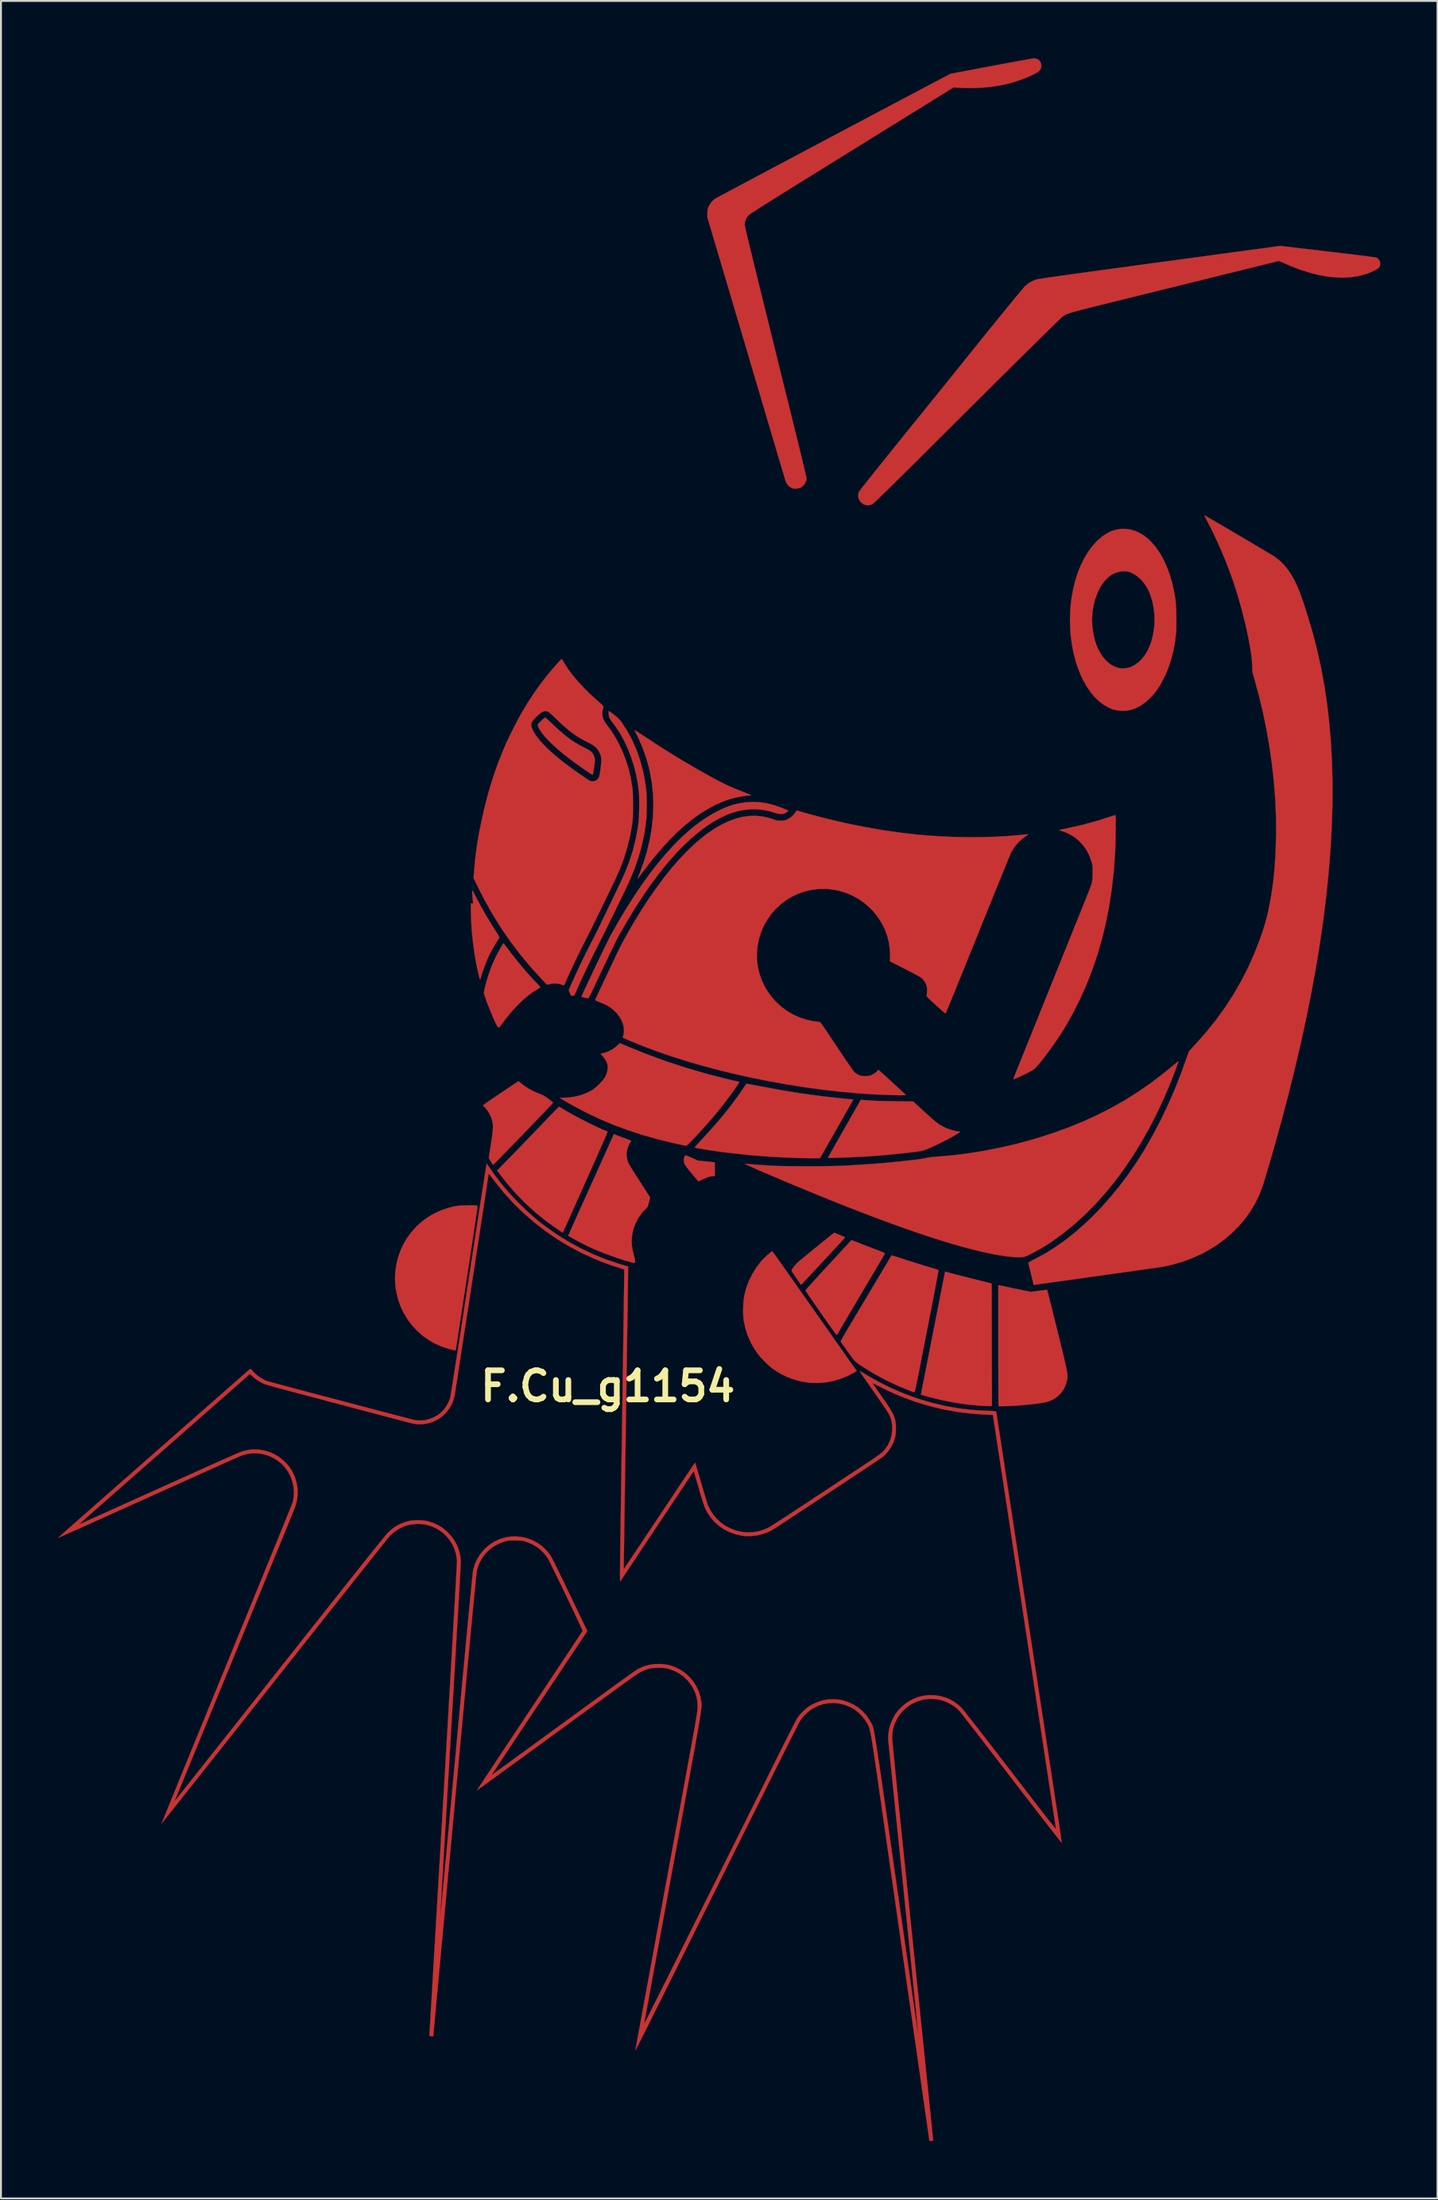
<source format=kicad_pcb>
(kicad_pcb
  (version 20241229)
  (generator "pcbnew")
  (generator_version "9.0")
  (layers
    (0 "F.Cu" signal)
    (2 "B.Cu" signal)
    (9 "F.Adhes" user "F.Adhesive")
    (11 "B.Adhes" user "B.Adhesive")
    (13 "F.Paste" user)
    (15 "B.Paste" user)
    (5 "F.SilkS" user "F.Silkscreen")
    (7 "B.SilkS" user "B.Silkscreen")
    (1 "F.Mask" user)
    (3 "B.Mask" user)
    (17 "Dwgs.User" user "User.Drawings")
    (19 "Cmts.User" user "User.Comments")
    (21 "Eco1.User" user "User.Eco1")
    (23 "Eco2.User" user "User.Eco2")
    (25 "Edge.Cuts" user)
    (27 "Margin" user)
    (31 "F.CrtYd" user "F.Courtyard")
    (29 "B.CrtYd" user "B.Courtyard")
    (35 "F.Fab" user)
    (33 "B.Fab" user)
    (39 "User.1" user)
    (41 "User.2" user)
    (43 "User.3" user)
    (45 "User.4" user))
  (footprint "F.Cu_g1154"
    (layer "F.Cu")
    (at 28.803 69.559)
    (property "Reference" "F.Cu_g1154" (at 0 0 0) (layer "F.SilkS") (effects (font (size 1.524 1.524) (thickness 0.3))))
    (attr through_hole)
    (fp_poly (pts (xy 4.156 -12.072) (xy 4.235 -12.04) (xy 4.345 -11.992) (xy 4.405 -11.964) (xy 4.731 -11.817) (xy 5.112 -11.781) (xy 5.238 -11.769) (xy 5.354 -11.757) (xy 5.45 -11.747) (xy 5.519 -11.739) (xy 5.551 -11.734) (xy 5.609 -11.723) (xy 5.609 -11.012) (xy 5.465 -11.002) (xy 5.41 -10.997) (xy 5.359 -10.988) (xy 5.303 -10.974) (xy 5.237 -10.951) (xy 5.154 -10.917) (xy 5.048 -10.871) (xy 4.913 -10.81) (xy 4.865 -10.788) (xy 4.745 -10.734) (xy 4.399 -11.144) (xy 4.278 -11.29) (xy 4.181 -11.41) (xy 4.108 -11.508) (xy 4.054 -11.589) (xy 4.018 -11.659) (xy 3.995 -11.72) (xy 3.983 -11.78) (xy 3.98 -11.834) (xy 3.987 -11.911) (xy 4.003 -11.982) (xy 4.021 -12.032) (xy 4.039 -12.066) (xy 4.063 -12.084) (xy 4.1 -12.086) (xy 4.156 -12.072)) (stroke (width 0.01) (type solid)) (fill yes) (layer "F.Cu"))
    (fp_poly (pts (xy -7.088 -25.957) (xy -7.069 -25.93) (xy -7.039 -25.877) (xy -6.995 -25.794) (xy -6.935 -25.676) (xy -6.935 -25.675) (xy -6.646 -25.13) (xy -6.331 -24.579) (xy -6.001 -24.041) (xy -5.868 -23.834) (xy -5.796 -23.723) (xy -5.744 -23.641) (xy -5.71 -23.583) (xy -5.691 -23.543) (xy -5.685 -23.515) (xy -5.689 -23.493) (xy -5.699 -23.474) (xy -5.723 -23.435) (xy -5.763 -23.37) (xy -5.814 -23.288) (xy -5.86 -23.216) (xy -6.022 -22.944) (xy -6.178 -22.65) (xy -6.318 -22.355) (xy -6.319 -22.352) (xy -6.353 -22.271) (xy -6.393 -22.167) (xy -6.438 -22.047) (xy -6.485 -21.919) (xy -6.531 -21.788) (xy -6.574 -21.663) (xy -6.611 -21.549) (xy -6.641 -21.454) (xy -6.661 -21.386) (xy -6.668 -21.35) (xy -6.679 -21.314) (xy -6.687 -21.305) (xy -6.698 -21.321) (xy -6.717 -21.37) (xy -6.74 -21.448) (xy -6.766 -21.546) (xy -6.781 -21.606) (xy -6.889 -22.108) (xy -6.983 -22.639) (xy -7.059 -23.186) (xy -7.118 -23.736) (xy -7.156 -24.279) (xy -7.174 -24.803) (xy -7.175 -24.95) (xy -7.176 -25.294) (xy -7.058 -25.294) (xy -7.086 -25.564) (xy -7.096 -25.675) (xy -7.103 -25.779) (xy -7.107 -25.864) (xy -7.107 -25.918) (xy -7.107 -25.919) (xy -7.104 -25.948) (xy -7.099 -25.962) (xy -7.088 -25.957)) (stroke (width 0.01) (type solid)) (fill yes) (layer "F.Cu"))
    (fp_poly (pts (xy -3.262 -35.014) (xy -3.215 -34.977) (xy -3.147 -34.919) (xy -3.064 -34.843) (xy -2.97 -34.753) (xy -2.936 -34.721) (xy -2.664 -34.463) (xy -2.41 -34.237) (xy -2.169 -34.039) (xy -1.934 -33.864) (xy -1.7 -33.708) (xy -1.461 -33.568) (xy -1.213 -33.439) (xy -1.162 -33.414) (xy -1.028 -33.346) (xy -0.928 -33.284) (xy -0.852 -33.221) (xy -0.793 -33.15) (xy -0.743 -33.063) (xy -0.728 -33.032) (xy -0.7 -32.959) (xy -0.684 -32.877) (xy -0.679 -32.781) (xy -0.685 -32.663) (xy -0.703 -32.517) (xy -0.73 -32.343) (xy -0.749 -32.234) (xy -0.764 -32.142) (xy -0.776 -32.073) (xy -0.782 -32.035) (xy -0.783 -32.03) (xy -0.79 -32.025) (xy -0.812 -32.033) (xy -0.853 -32.056) (xy -0.917 -32.095) (xy -1.006 -32.154) (xy -1.124 -32.234) (xy -1.206 -32.29) (xy -1.605 -32.571) (xy -1.973 -32.843) (xy -2.308 -33.104) (xy -2.608 -33.354) (xy -2.875 -33.592) (xy -3.106 -33.817) (xy -3.3 -34.029) (xy -3.458 -34.226) (xy -3.577 -34.409) (xy -3.619 -34.487) (xy -3.657 -34.575) (xy -3.674 -34.638) (xy -3.673 -34.664) (xy -3.652 -34.692) (xy -3.607 -34.741) (xy -3.546 -34.802) (xy -3.477 -34.867) (xy -3.407 -34.93) (xy -3.346 -34.982) (xy -3.301 -35.017) (xy -3.285 -35.026) (xy -3.262 -35.014)) (stroke (width 0.01) (type solid)) (fill yes) (layer "F.Cu"))
    (fp_poly (pts (xy 17.903 -5.944) (xy 17.97 -5.926) (xy 18.073 -5.899) (xy 18.207 -5.865) (xy 18.365 -5.824) (xy 18.544 -5.778) (xy 18.738 -5.729) (xy 18.941 -5.677) (xy 19.124 -5.631) (xy 20.119 -5.381) (xy 20.124 -2.172) (xy 20.13 1.037) (xy 19.902 1.034) (xy 19.798 1.031) (xy 19.7 1.029) (xy 19.623 1.025) (xy 19.59 1.023) (xy 19.384 1.006) (xy 19.21 0.991) (xy 19.059 0.977) (xy 18.921 0.962) (xy 18.786 0.945) (xy 18.643 0.927) (xy 18.517 0.909) (xy 18 0.825) (xy 17.482 0.721) (xy 16.982 0.6) (xy 16.833 0.559) (xy 16.707 0.524) (xy 16.596 0.493) (xy 16.507 0.467) (xy 16.444 0.449) (xy 16.414 0.439) (xy 16.413 0.439) (xy 16.416 0.418) (xy 16.426 0.359) (xy 16.443 0.268) (xy 16.466 0.147) (xy 16.494 0.003) (xy 16.526 -0.163) (xy 16.561 -0.344) (xy 16.587 -0.476) (xy 16.672 -0.91) (xy 16.757 -1.339) (xy 16.84 -1.762) (xy 16.921 -2.175) (xy 17 -2.578) (xy 17.077 -2.968) (xy 17.15 -3.342) (xy 17.221 -3.701) (xy 17.288 -4.04) (xy 17.35 -4.358) (xy 17.408 -4.654) (xy 17.462 -4.925) (xy 17.51 -5.169) (xy 17.552 -5.384) (xy 17.589 -5.568) (xy 17.619 -5.719) (xy 17.642 -5.836) (xy 17.658 -5.916) (xy 17.666 -5.957) (xy 17.667 -5.962) (xy 17.678 -6.007) (xy 17.903 -5.944)) (stroke (width 0.01) (type solid)) (fill yes) (layer "F.Cu"))
    (fp_poly (pts (xy 11.891 -8.035) (xy 11.944 -8.014) (xy 12.018 -7.984) (xy 12.106 -7.947) (xy 12.198 -7.908) (xy 12.286 -7.87) (xy 12.361 -7.837) (xy 12.416 -7.813) (xy 12.441 -7.8) (xy 12.441 -7.8) (xy 12.428 -7.784) (xy 12.389 -7.741) (xy 12.326 -7.672) (xy 12.242 -7.58) (xy 12.139 -7.47) (xy 12.022 -7.342) (xy 11.891 -7.201) (xy 11.75 -7.049) (xy 11.601 -6.888) (xy 11.447 -6.723) (xy 11.291 -6.555) (xy 11.136 -6.387) (xy 10.983 -6.223) (xy 10.836 -6.066) (xy 10.697 -5.917) (xy 10.569 -5.78) (xy 10.455 -5.658) (xy 10.357 -5.553) (xy 10.278 -5.47) (xy 10.221 -5.409) (xy 10.194 -5.381) (xy 10.127 -5.312) (xy 9.879 -5.671) (xy 9.804 -5.78) (xy 9.738 -5.879) (xy 9.685 -5.962) (xy 9.648 -6.023) (xy 9.632 -6.057) (xy 9.631 -6.06) (xy 9.644 -6.102) (xy 9.681 -6.165) (xy 9.735 -6.243) (xy 9.8 -6.326) (xy 9.87 -6.406) (xy 9.921 -6.458) (xy 9.957 -6.491) (xy 10.021 -6.546) (xy 10.108 -6.619) (xy 10.216 -6.708) (xy 10.34 -6.811) (xy 10.477 -6.924) (xy 10.624 -7.045) (xy 10.777 -7.17) (xy 10.933 -7.296) (xy 11.087 -7.422) (xy 11.237 -7.544) (xy 11.38 -7.658) (xy 11.51 -7.763) (xy 11.626 -7.856) (xy 11.723 -7.933) (xy 11.799 -7.992) (xy 11.848 -8.03) (xy 11.869 -8.043) (xy 11.869 -8.043) (xy 11.891 -8.035)) (stroke (width 0.01) (type solid)) (fill yes) (layer "F.Cu"))
    (fp_poly (pts (xy 7.345 -15.832) (xy 7.436 -15.818) (xy 7.553 -15.798) (xy 7.691 -15.773) (xy 7.845 -15.743) (xy 7.919 -15.729) (xy 9.053 -15.516) (xy 10.164 -15.336) (xy 11.252 -15.188) (xy 12.314 -15.072) (xy 12.577 -15.048) (xy 12.867 -15.022) (xy 12.827 -14.946) (xy 12.81 -14.916) (xy 12.774 -14.852) (xy 12.721 -14.757) (xy 12.651 -14.634) (xy 12.567 -14.487) (xy 12.471 -14.317) (xy 12.363 -14.129) (xy 12.247 -13.924) (xy 12.122 -13.706) (xy 11.992 -13.478) (xy 11.953 -13.409) (xy 11.119 -11.949) (xy 10.772 -11.946) (xy 10.653 -11.947) (xy 10.501 -11.948) (xy 10.329 -11.95) (xy 10.145 -11.953) (xy 9.961 -11.957) (xy 9.832 -11.96) (xy 8.635 -12.013) (xy 7.429 -12.106) (xy 6.255 -12.236) (xy 6.038 -12.264) (xy 5.821 -12.294) (xy 5.609 -12.324) (xy 5.405 -12.354) (xy 5.214 -12.383) (xy 5.039 -12.411) (xy 4.884 -12.437) (xy 4.754 -12.46) (xy 4.653 -12.48) (xy 4.584 -12.496) (xy 4.553 -12.507) (xy 4.551 -12.51) (xy 4.565 -12.529) (xy 4.603 -12.574) (xy 4.661 -12.639) (xy 4.735 -12.719) (xy 4.807 -12.797) (xy 5.209 -13.232) (xy 5.579 -13.646) (xy 5.92 -14.043) (xy 6.235 -14.427) (xy 6.526 -14.802) (xy 6.798 -15.17) (xy 7.038 -15.515) (xy 7.107 -15.616) (xy 7.167 -15.705) (xy 7.216 -15.776) (xy 7.249 -15.823) (xy 7.261 -15.839) (xy 7.285 -15.84) (xy 7.345 -15.832)) (stroke (width 0.01) (type solid)) (fill yes) (layer "F.Cu"))
    (fp_poly (pts (xy -7.057 -9.478) (xy -6.949 -9.475) (xy -6.876 -9.471) (xy -6.84 -9.465) (xy -6.838 -9.464) (xy -6.835 -9.457) (xy -6.834 -9.439) (xy -6.835 -9.408) (xy -6.839 -9.363) (xy -6.845 -9.303) (xy -6.855 -9.225) (xy -6.867 -9.128) (xy -6.884 -9.01) (xy -6.903 -8.87) (xy -6.927 -8.706) (xy -6.955 -8.515) (xy -6.987 -8.297) (xy -7.024 -8.049) (xy -7.066 -7.771) (xy -7.114 -7.46) (xy -7.166 -7.114) (xy -7.224 -6.733) (xy -7.289 -6.313) (xy -7.359 -5.854) (xy -7.388 -5.664) (xy -7.968 -1.884) (xy -8.022 -1.885) (xy -8.064 -1.891) (xy -8.136 -1.907) (xy -8.226 -1.928) (xy -8.298 -1.947) (xy -8.683 -2.071) (xy -9.047 -2.232) (xy -9.388 -2.425) (xy -9.705 -2.651) (xy -9.995 -2.906) (xy -10.257 -3.189) (xy -10.49 -3.497) (xy -10.691 -3.828) (xy -10.858 -4.181) (xy -10.99 -4.554) (xy -11.085 -4.944) (xy -11.123 -5.177) (xy -11.152 -5.562) (xy -11.141 -5.95) (xy -11.09 -6.337) (xy -11.001 -6.717) (xy -10.875 -7.087) (xy -10.712 -7.442) (xy -10.526 -7.758) (xy -10.286 -8.084) (xy -10.018 -8.38) (xy -9.723 -8.643) (xy -9.402 -8.874) (xy -9.057 -9.072) (xy -8.689 -9.234) (xy -8.299 -9.361) (xy -8.089 -9.412) (xy -8 -9.431) (xy -7.918 -9.445) (xy -7.833 -9.455) (xy -7.738 -9.463) (xy -7.623 -9.469) (xy -7.481 -9.473) (xy -7.355 -9.475) (xy -7.193 -9.478) (xy -7.057 -9.478)) (stroke (width 0.01) (type solid)) (fill yes) (layer "F.Cu"))
    (fp_poly (pts (xy -5.446 -23.182) (xy -5.409 -23.138) (xy -5.357 -23.07) (xy -5.294 -22.987) (xy -5.259 -22.939) (xy -5.042 -22.649) (xy -4.802 -22.345) (xy -4.549 -22.036) (xy -4.291 -21.733) (xy -4.036 -21.447) (xy -3.793 -21.186) (xy -3.773 -21.165) (xy -3.693 -21.081) (xy -3.624 -21.006) (xy -3.572 -20.948) (xy -3.542 -20.91) (xy -3.535 -20.899) (xy -3.553 -20.882) (xy -3.6 -20.85) (xy -3.666 -20.809) (xy -3.699 -20.79) (xy -3.92 -20.654) (xy -4.153 -20.483) (xy -4.393 -20.282) (xy -4.635 -20.055) (xy -4.876 -19.807) (xy -5.109 -19.543) (xy -5.331 -19.267) (xy -5.391 -19.188) (xy -5.484 -19.062) (xy -5.555 -18.967) (xy -5.609 -18.897) (xy -5.648 -18.85) (xy -5.675 -18.82) (xy -5.695 -18.804) (xy -5.71 -18.797) (xy -5.722 -18.796) (xy -5.755 -18.812) (xy -5.783 -18.844) (xy -5.825 -18.917) (xy -5.878 -19.025) (xy -5.942 -19.16) (xy -6.012 -19.318) (xy -6.086 -19.492) (xy -6.162 -19.676) (xy -6.238 -19.865) (xy -6.311 -20.053) (xy -6.379 -20.233) (xy -6.428 -20.372) (xy -6.461 -20.468) (xy -6.481 -20.536) (xy -6.49 -20.588) (xy -6.49 -20.636) (xy -6.481 -20.691) (xy -6.478 -20.711) (xy -6.426 -20.948) (xy -6.356 -21.21) (xy -6.272 -21.486) (xy -6.179 -21.761) (xy -6.079 -22.027) (xy -5.996 -22.225) (xy -5.941 -22.344) (xy -5.879 -22.472) (xy -5.813 -22.605) (xy -5.744 -22.736) (xy -5.677 -22.861) (xy -5.613 -22.975) (xy -5.557 -23.07) (xy -5.511 -23.143) (xy -5.478 -23.187) (xy -5.463 -23.199) (xy -5.446 -23.182)) (stroke (width 0.01) (type solid)) (fill yes) (layer "F.Cu"))
    (fp_poly (pts (xy 13.176 -7.5) (xy 13.323 -7.442) (xy 13.496 -7.375) (xy 13.682 -7.304) (xy 13.866 -7.234) (xy 14.035 -7.171) (xy 14.055 -7.163) (xy 14.229 -7.098) (xy 14.363 -7.044) (xy 14.456 -7.003) (xy 14.51 -6.974) (xy 14.524 -6.959) (xy 14.512 -6.937) (xy 14.481 -6.882) (xy 14.43 -6.795) (xy 14.363 -6.68) (xy 14.281 -6.54) (xy 14.184 -6.376) (xy 14.076 -6.192) (xy 13.957 -5.99) (xy 13.829 -5.774) (xy 13.693 -5.545) (xy 13.58 -5.355) (xy 13.346 -4.96) (xy 13.129 -4.594) (xy 12.93 -4.259) (xy 12.75 -3.954) (xy 12.589 -3.68) (xy 12.447 -3.439) (xy 12.325 -3.231) (xy 12.223 -3.057) (xy 12.142 -2.917) (xy 12.082 -2.813) (xy 12.062 -2.778) (xy 12.029 -2.726) (xy 12.001 -2.694) (xy 11.991 -2.689) (xy 11.975 -2.706) (xy 11.938 -2.755) (xy 11.88 -2.833) (xy 11.805 -2.937) (xy 11.713 -3.064) (xy 11.607 -3.212) (xy 11.49 -3.377) (xy 11.363 -3.557) (xy 11.228 -3.749) (xy 11.167 -3.837) (xy 11.029 -4.034) (xy 10.899 -4.221) (xy 10.778 -4.396) (xy 10.669 -4.555) (xy 10.573 -4.695) (xy 10.493 -4.814) (xy 10.43 -4.909) (xy 10.386 -4.976) (xy 10.365 -5.013) (xy 10.362 -5.019) (xy 10.37 -5.033) (xy 10.394 -5.064) (xy 10.436 -5.113) (xy 10.496 -5.182) (xy 10.575 -5.271) (xy 10.674 -5.381) (xy 10.794 -5.513) (xy 10.936 -5.669) (xy 11.1 -5.848) (xy 11.287 -6.052) (xy 11.5 -6.282) (xy 11.737 -6.539) (xy 12 -6.824) (xy 12.29 -7.138) (xy 12.608 -7.481) (xy 12.7 -7.58) (xy 12.774 -7.66) (xy 13.176 -7.5)) (stroke (width 0.01) (type solid)) (fill yes) (layer "F.Cu"))
    (fp_poly (pts (xy -4.556 -15.879) (xy -4.338 -15.712) (xy -4.089 -15.556) (xy -3.819 -15.419) (xy -3.545 -15.308) (xy -3.455 -15.271) (xy -3.363 -15.223) (xy -3.26 -15.159) (xy -3.136 -15.072) (xy -3.118 -15.059) (xy -3.029 -14.992) (xy -2.953 -14.934) (xy -2.897 -14.889) (xy -2.867 -14.861) (xy -2.864 -14.856) (xy -2.88 -14.836) (xy -2.923 -14.788) (xy -2.991 -14.715) (xy -3.081 -14.619) (xy -3.191 -14.503) (xy -3.319 -14.369) (xy -3.462 -14.219) (xy -3.619 -14.056) (xy -3.786 -13.882) (xy -3.961 -13.7) (xy -4.143 -13.511) (xy -4.328 -13.319) (xy -4.515 -13.126) (xy -4.701 -12.935) (xy -4.883 -12.747) (xy -5.06 -12.565) (xy -5.229 -12.391) (xy -5.387 -12.229) (xy -5.533 -12.08) (xy -5.664 -11.946) (xy -5.778 -11.831) (xy -5.872 -11.736) (xy -5.944 -11.665) (xy -5.992 -11.619) (xy -6.013 -11.6) (xy -6.014 -11.6) (xy -6.027 -11.617) (xy -6.058 -11.663) (xy -6.1 -11.729) (xy -6.131 -11.778) (xy -6.239 -11.955) (xy -6.124 -12.692) (xy -6.089 -12.921) (xy -6.062 -13.114) (xy -6.041 -13.275) (xy -6.027 -13.41) (xy -6.02 -13.524) (xy -6.019 -13.623) (xy -6.024 -13.71) (xy -6.034 -13.792) (xy -6.051 -13.874) (xy -6.064 -13.929) (xy -6.114 -14.081) (xy -6.184 -14.236) (xy -6.269 -14.386) (xy -6.362 -14.518) (xy -6.456 -14.623) (xy -6.492 -14.654) (xy -6.527 -14.688) (xy -6.54 -14.711) (xy -6.531 -14.723) (xy -6.5 -14.748) (xy -6.447 -14.787) (xy -6.371 -14.842) (xy -6.269 -14.913) (xy -6.14 -15.001) (xy -5.982 -15.109) (xy -5.794 -15.236) (xy -5.575 -15.383) (xy -5.322 -15.553) (xy -5.255 -15.598) (xy -4.678 -15.984) (xy -4.556 -15.879)) (stroke (width 0.01) (type solid)) (fill yes) (layer "F.Cu"))
    (fp_poly (pts (xy 13.377 -14.996) (xy 13.537 -14.982) (xy 13.709 -14.97) (xy 13.9 -14.959) (xy 14.114 -14.95) (xy 14.354 -14.943) (xy 14.626 -14.936) (xy 14.935 -14.931) (xy 15.055 -14.929) (xy 16.002 -14.917) (xy 16.557 -14.41) (xy 16.733 -14.251) (xy 16.882 -14.117) (xy 17.007 -14.006) (xy 17.114 -13.914) (xy 17.205 -13.839) (xy 17.285 -13.777) (xy 17.358 -13.726) (xy 17.428 -13.681) (xy 17.498 -13.641) (xy 17.573 -13.601) (xy 17.621 -13.577) (xy 17.75 -13.519) (xy 17.891 -13.465) (xy 18.033 -13.418) (xy 18.166 -13.382) (xy 18.279 -13.36) (xy 18.338 -13.355) (xy 18.402 -13.351) (xy 18.44 -13.343) (xy 18.449 -13.327) (xy 18.428 -13.3) (xy 18.375 -13.261) (xy 18.289 -13.206) (xy 18.191 -13.147) (xy 18.036 -13.059) (xy 17.855 -12.961) (xy 17.655 -12.857) (xy 17.447 -12.753) (xy 17.24 -12.652) (xy 17.044 -12.56) (xy 16.866 -12.481) (xy 16.743 -12.429) (xy 16.66 -12.396) (xy 16.59 -12.37) (xy 16.527 -12.35) (xy 16.461 -12.332) (xy 16.387 -12.317) (xy 16.296 -12.303) (xy 16.182 -12.287) (xy 16.036 -12.269) (xy 15.949 -12.258) (xy 15.322 -12.186) (xy 14.714 -12.125) (xy 14.113 -12.074) (xy 13.506 -12.033) (xy 12.879 -12) (xy 12.372 -11.98) (xy 12.159 -11.973) (xy 11.985 -11.968) (xy 11.845 -11.964) (xy 11.737 -11.961) (xy 11.657 -11.961) (xy 11.601 -11.962) (xy 11.565 -11.964) (xy 11.545 -11.968) (xy 11.539 -11.974) (xy 11.539 -11.977) (xy 11.551 -11.998) (xy 11.581 -12.053) (xy 11.63 -12.139) (xy 11.695 -12.254) (xy 11.774 -12.394) (xy 11.867 -12.557) (xy 11.971 -12.741) (xy 12.085 -12.941) (xy 12.208 -13.157) (xy 12.337 -13.384) (xy 12.404 -13.502) (xy 13.261 -15.008) (xy 13.377 -14.996)) (stroke (width 0.01) (type solid)) (fill yes) (layer "F.Cu"))
    (fp_poly (pts (xy -2.533 -14.635) (xy -2.483 -14.607) (xy -2.415 -14.565) (xy -2.366 -14.535) (xy -2.221 -14.445) (xy -2.045 -14.343) (xy -1.843 -14.23) (xy -1.623 -14.111) (xy -1.392 -13.99) (xy -1.156 -13.869) (xy -0.922 -13.752) (xy -0.698 -13.644) (xy -0.489 -13.547) (xy -0.303 -13.464) (xy -0.296 -13.461) (xy -0.198 -13.419) (xy -0.113 -13.381) (xy -0.05 -13.352) (xy -0.016 -13.335) (xy -0.014 -13.333) (xy -0.019 -13.312) (xy -0.041 -13.255) (xy -0.078 -13.165) (xy -0.129 -13.045) (xy -0.193 -12.897) (xy -0.268 -12.724) (xy -0.353 -12.53) (xy -0.448 -12.316) (xy -0.55 -12.085) (xy -0.659 -11.841) (xy -0.773 -11.586) (xy -0.773 -11.585) (xy -0.89 -11.326) (xy -1.002 -11.075) (xy -1.11 -10.835) (xy -1.211 -10.61) (xy -1.304 -10.402) (xy -1.388 -10.214) (xy -1.461 -10.05) (xy -1.523 -9.913) (xy -1.57 -9.806) (xy -1.604 -9.731) (xy -1.62 -9.694) (xy -1.643 -9.641) (xy -1.679 -9.559) (xy -1.727 -9.453) (xy -1.783 -9.327) (xy -1.846 -9.186) (xy -1.913 -9.036) (xy -1.982 -8.881) (xy -2.052 -8.726) (xy -2.119 -8.576) (xy -2.183 -8.436) (xy -2.239 -8.31) (xy -2.288 -8.204) (xy -2.325 -8.121) (xy -2.35 -8.068) (xy -2.359 -8.049) (xy -2.377 -8.058) (xy -2.424 -8.087) (xy -2.494 -8.132) (xy -2.581 -8.189) (xy -2.637 -8.226) (xy -3.22 -8.642) (xy -3.778 -9.092) (xy -4.309 -9.574) (xy -4.813 -10.089) (xy -5.289 -10.635) (xy -5.736 -11.212) (xy -5.801 -11.3) (xy -5.118 -11.999) (xy -4.971 -12.149) (xy -4.801 -12.324) (xy -4.613 -12.518) (xy -4.412 -12.726) (xy -4.204 -12.941) (xy -3.995 -13.158) (xy -3.789 -13.372) (xy -3.594 -13.576) (xy -3.503 -13.67) (xy -3.341 -13.84) (xy -3.187 -14) (xy -3.044 -14.149) (xy -2.914 -14.283) (xy -2.801 -14.399) (xy -2.706 -14.496) (xy -2.633 -14.571) (xy -2.582 -14.622) (xy -2.558 -14.644) (xy -2.557 -14.645) (xy -2.533 -14.635)) (stroke (width 0.01) (type solid)) (fill yes) (layer "F.Cu"))
    (fp_poly (pts (xy 1.424 -34.36) (xy 1.474 -34.329) (xy 1.551 -34.281) (xy 1.649 -34.217) (xy 1.767 -34.14) (xy 1.898 -34.053) (xy 1.982 -33.998) (xy 2.679 -33.541) (xy 3.361 -33.111) (xy 4.039 -32.7) (xy 4.724 -32.302) (xy 5.302 -31.978) (xy 5.536 -31.851) (xy 5.74 -31.741) (xy 5.921 -31.646) (xy 6.085 -31.563) (xy 6.24 -31.489) (xy 6.391 -31.42) (xy 6.545 -31.353) (xy 6.71 -31.285) (xy 6.892 -31.213) (xy 6.9 -31.21) (xy 7.049 -31.151) (xy 7.184 -31.097) (xy 7.302 -31.049) (xy 7.397 -31.01) (xy 7.465 -30.982) (xy 7.499 -30.966) (xy 7.503 -30.964) (xy 7.499 -30.951) (xy 7.462 -30.946) (xy 7.456 -30.946) (xy 7.369 -30.941) (xy 7.252 -30.928) (xy 7.114 -30.909) (xy 6.967 -30.886) (xy 6.82 -30.859) (xy 6.685 -30.83) (xy 6.627 -30.817) (xy 6.391 -30.752) (xy 6.169 -30.68) (xy 5.948 -30.593) (xy 5.713 -30.487) (xy 5.633 -30.448) (xy 5.24 -30.239) (xy 4.851 -29.998) (xy 4.464 -29.724) (xy 4.079 -29.415) (xy 3.692 -29.071) (xy 3.303 -28.689) (xy 2.91 -28.268) (xy 2.511 -27.807) (xy 2.504 -27.799) (xy 2.432 -27.71) (xy 2.342 -27.598) (xy 2.24 -27.468) (xy 2.13 -27.326) (xy 2.018 -27.181) (xy 1.908 -27.037) (xy 1.806 -26.902) (xy 1.716 -26.782) (xy 1.644 -26.683) (xy 1.604 -26.627) (xy 1.579 -26.596) (xy 1.568 -26.592) (xy 1.567 -26.593) (xy 1.574 -26.618) (xy 1.595 -26.675) (xy 1.624 -26.754) (xy 1.661 -26.848) (xy 1.664 -26.856) (xy 1.885 -27.458) (xy 2.066 -28.061) (xy 2.207 -28.663) (xy 2.308 -29.263) (xy 2.368 -29.859) (xy 2.389 -30.45) (xy 2.368 -31.035) (xy 2.308 -31.612) (xy 2.206 -32.18) (xy 2.146 -32.435) (xy 1.997 -32.957) (xy 1.816 -33.463) (xy 1.606 -33.945) (xy 1.546 -34.067) (xy 1.496 -34.168) (xy 1.454 -34.256) (xy 1.424 -34.322) (xy 1.407 -34.362) (xy 1.406 -34.369) (xy 1.424 -34.36)) (stroke (width 0.01) (type solid)) (fill yes) (layer "F.Cu"))
    (fp_poly (pts (xy 20.537 -5.285) (xy 20.577 -5.277) (xy 20.651 -5.262) (xy 20.754 -5.24) (xy 20.877 -5.214) (xy 21.014 -5.185) (xy 21.093 -5.168) (xy 21.254 -5.133) (xy 21.424 -5.098) (xy 21.589 -5.064) (xy 21.74 -5.033) (xy 21.863 -5.009) (xy 21.886 -5.005) (xy 22.193 -4.947) (xy 22.603 -5.004) (xy 22.73 -5.021) (xy 22.842 -5.035) (xy 22.932 -5.045) (xy 22.995 -5.051) (xy 23.023 -5.051) (xy 23.023 -5.051) (xy 23.03 -5.029) (xy 23.046 -4.969) (xy 23.07 -4.874) (xy 23.103 -4.746) (xy 23.143 -4.587) (xy 23.19 -4.401) (xy 23.242 -4.191) (xy 23.301 -3.958) (xy 23.363 -3.707) (xy 23.43 -3.439) (xy 23.5 -3.157) (xy 23.552 -2.949) (xy 23.641 -2.589) (xy 23.72 -2.269) (xy 23.79 -1.984) (xy 23.851 -1.732) (xy 23.904 -1.511) (xy 23.949 -1.319) (xy 23.987 -1.152) (xy 24.019 -1.009) (xy 24.043 -0.886) (xy 24.062 -0.782) (xy 24.076 -0.693) (xy 24.085 -0.616) (xy 24.089 -0.551) (xy 24.089 -0.493) (xy 24.086 -0.441) (xy 24.08 -0.391) (xy 24.072 -0.342) (xy 24.061 -0.29) (xy 24.058 -0.275) (xy 23.988 -0.044) (xy 23.882 0.169) (xy 23.743 0.361) (xy 23.574 0.528) (xy 23.38 0.666) (xy 23.165 0.771) (xy 22.989 0.827) (xy 22.889 0.848) (xy 22.752 0.871) (xy 22.587 0.896) (xy 22.4 0.92) (xy 22.197 0.944) (xy 21.986 0.966) (xy 21.772 0.987) (xy 21.563 1.004) (xy 21.558 1.004) (xy 21.413 1.014) (xy 21.26 1.023) (xy 21.106 1.031) (xy 20.956 1.037) (xy 20.816 1.042) (xy 20.693 1.044) (xy 20.592 1.045) (xy 20.519 1.044) (xy 20.481 1.041) (xy 20.477 1.039) (xy 20.476 1.017) (xy 20.475 0.955) (xy 20.474 0.856) (xy 20.473 0.721) (xy 20.472 0.553) (xy 20.472 0.355) (xy 20.471 0.128) (xy 20.47 -0.125) (xy 20.47 -0.402) (xy 20.469 -0.7) (xy 20.469 -1.017) (xy 20.468 -1.351) (xy 20.468 -1.7) (xy 20.468 -2.06) (xy 20.468 -2.134) (xy 20.468 -5.297) (xy 20.537 -5.285)) (stroke (width 0.01) (type solid)) (fill yes) (layer "F.Cu"))
    (fp_poly (pts (xy 8.619 -7.065) (xy 8.634 -7.048) (xy 8.659 -7.018) (xy 8.694 -6.972) (xy 8.74 -6.91) (xy 8.8 -6.828) (xy 8.873 -6.726) (xy 8.963 -6.6) (xy 9.069 -6.45) (xy 9.194 -6.274) (xy 9.339 -6.069) (xy 9.504 -5.833) (xy 9.692 -5.566) (xy 9.758 -5.472) (xy 9.839 -5.357) (xy 9.941 -5.212) (xy 10.062 -5.04) (xy 10.198 -4.845) (xy 10.348 -4.633) (xy 10.508 -4.405) (xy 10.675 -4.168) (xy 10.847 -3.924) (xy 11.02 -3.678) (xy 11.192 -3.433) (xy 11.247 -3.355) (xy 11.416 -3.116) (xy 11.584 -2.876) (xy 11.75 -2.64) (xy 11.912 -2.41) (xy 12.065 -2.192) (xy 12.209 -1.988) (xy 12.339 -1.802) (xy 12.455 -1.638) (xy 12.552 -1.5) (xy 12.628 -1.391) (xy 12.653 -1.355) (xy 12.744 -1.226) (xy 12.828 -1.107) (xy 12.902 -1.005) (xy 12.963 -0.922) (xy 13.007 -0.863) (xy 13.031 -0.834) (xy 13.032 -0.833) (xy 13.041 -0.817) (xy 13.028 -0.796) (xy 12.988 -0.766) (xy 12.915 -0.722) (xy 12.909 -0.718) (xy 12.552 -0.533) (xy 12.181 -0.385) (xy 11.798 -0.275) (xy 11.41 -0.203) (xy 11.019 -0.171) (xy 10.629 -0.18) (xy 10.499 -0.193) (xy 10.123 -0.255) (xy 9.752 -0.355) (xy 9.391 -0.491) (xy 9.048 -0.659) (xy 8.728 -0.858) (xy 8.615 -0.941) (xy 8.506 -1.029) (xy 8.381 -1.142) (xy 8.249 -1.268) (xy 8.12 -1.399) (xy 8.004 -1.524) (xy 7.91 -1.635) (xy 7.905 -1.641) (xy 7.681 -1.961) (xy 7.488 -2.304) (xy 7.331 -2.664) (xy 7.21 -3.038) (xy 7.129 -3.418) (xy 7.111 -3.54) (xy 7.098 -3.692) (xy 7.093 -3.873) (xy 7.094 -4.07) (xy 7.101 -4.27) (xy 7.115 -4.463) (xy 7.134 -4.635) (xy 7.153 -4.749) (xy 7.252 -5.135) (xy 7.391 -5.51) (xy 7.568 -5.871) (xy 7.781 -6.215) (xy 8.028 -6.536) (xy 8.033 -6.541) (xy 8.095 -6.61) (xy 8.172 -6.689) (xy 8.257 -6.773) (xy 8.345 -6.855) (xy 8.43 -6.931) (xy 8.505 -6.996) (xy 8.564 -7.043) (xy 8.603 -7.067) (xy 8.611 -7.07) (xy 8.619 -7.065)) (stroke (width 0.01) (type solid)) (fill yes) (layer "F.Cu"))
    (fp_poly (pts (xy 0.932 -17.842) (xy 2.001 -17.41) (xy 3.07 -17.019) (xy 4.142 -16.668) (xy 5.22 -16.356) (xy 6.015 -16.152) (xy 6.175 -16.113) (xy 6.328 -16.076) (xy 6.467 -16.043) (xy 6.586 -16.015) (xy 6.679 -15.993) (xy 6.737 -15.98) (xy 6.742 -15.979) (xy 6.811 -15.963) (xy 6.864 -15.948) (xy 6.885 -15.939) (xy 6.88 -15.916) (xy 6.852 -15.864) (xy 6.803 -15.786) (xy 6.736 -15.686) (xy 6.654 -15.567) (xy 6.559 -15.433) (xy 6.454 -15.289) (xy 6.343 -15.137) (xy 6.226 -14.982) (xy 6.108 -14.827) (xy 5.991 -14.676) (xy 5.878 -14.533) (xy 5.79 -14.425) (xy 5.65 -14.256) (xy 5.502 -14.082) (xy 5.349 -13.905) (xy 5.194 -13.727) (xy 5.039 -13.553) (xy 4.887 -13.384) (xy 4.74 -13.225) (xy 4.602 -13.076) (xy 4.475 -12.943) (xy 4.362 -12.827) (xy 4.265 -12.731) (xy 4.188 -12.659) (xy 4.132 -12.613) (xy 4.101 -12.596) (xy 4.1 -12.596) (xy 4.068 -12.601) (xy 4.001 -12.614) (xy 3.903 -12.635) (xy 3.78 -12.661) (xy 3.638 -12.693) (xy 3.482 -12.728) (xy 3.413 -12.743) (xy 2.586 -12.946) (xy 1.792 -13.171) (xy 1.029 -13.421) (xy 0.293 -13.695) (xy -0.417 -13.995) (xy -1.105 -14.322) (xy -1.139 -14.339) (xy -1.273 -14.408) (xy -1.421 -14.486) (xy -1.577 -14.569) (xy -1.734 -14.654) (xy -1.889 -14.739) (xy -2.036 -14.82) (xy -2.169 -14.895) (xy -2.283 -14.961) (xy -2.372 -15.014) (xy -2.432 -15.052) (xy -2.449 -15.064) (xy -2.508 -15.111) (xy -2.297 -15.112) (xy -1.993 -15.13) (xy -1.689 -15.179) (xy -1.394 -15.255) (xy -1.117 -15.358) (xy -0.866 -15.485) (xy -0.829 -15.507) (xy -0.727 -15.578) (xy -0.612 -15.674) (xy -0.492 -15.784) (xy -0.376 -15.902) (xy -0.271 -16.018) (xy -0.187 -16.125) (xy -0.143 -16.191) (xy -0.075 -16.339) (xy -0.027 -16.502) (xy -0.004 -16.665) (xy -0.004 -16.763) (xy -0.032 -16.9) (xy -0.093 -17.045) (xy -0.182 -17.189) (xy -0.265 -17.29) (xy -0.38 -17.414) (xy -0.259 -17.441) (xy -0.022 -17.514) (xy 0.203 -17.624) (xy 0.409 -17.767) (xy 0.509 -17.857) (xy 0.627 -17.971) (xy 0.932 -17.842)) (stroke (width 0.01) (type solid)) (fill yes) (layer "F.Cu"))
    (fp_poly (pts (xy 14.894 -6.852) (xy 14.95 -6.836) (xy 15.036 -6.81) (xy 15.147 -6.776) (xy 15.276 -6.734) (xy 15.42 -6.687) (xy 15.436 -6.682) (xy 15.649 -6.613) (xy 15.878 -6.54) (xy 16.116 -6.464) (xy 16.355 -6.39) (xy 16.586 -6.319) (xy 16.801 -6.254) (xy 16.992 -6.197) (xy 17.145 -6.153) (xy 17.247 -6.12) (xy 17.31 -6.091) (xy 17.331 -6.069) (xy 17.328 -6.043) (xy 17.317 -5.975) (xy 17.297 -5.866) (xy 17.269 -5.715) (xy 17.233 -5.523) (xy 17.189 -5.289) (xy 17.136 -5.014) (xy 17.075 -4.698) (xy 17.006 -4.34) (xy 16.928 -3.941) (xy 16.843 -3.501) (xy 16.748 -3.019) (xy 16.646 -2.496) (xy 16.536 -1.932) (xy 16.417 -1.326) (xy 16.302 -0.741) (xy 16.253 -0.492) (xy 16.211 -0.283) (xy 16.175 -0.11) (xy 16.146 0.029) (xy 16.121 0.138) (xy 16.101 0.217) (xy 16.086 0.271) (xy 16.074 0.301) (xy 16.065 0.31) (xy 16.032 0.304) (xy 15.971 0.286) (xy 15.892 0.259) (xy 15.851 0.244) (xy 15.196 -0.025) (xy 14.576 -0.318) (xy 13.987 -0.635) (xy 13.429 -0.977) (xy 13.418 -0.984) (xy 13.285 -1.071) (xy 13.178 -1.143) (xy 13.09 -1.205) (xy 13.017 -1.263) (xy 12.952 -1.323) (xy 12.89 -1.389) (xy 12.825 -1.469) (xy 12.753 -1.566) (xy 12.666 -1.687) (xy 12.569 -1.824) (xy 12.479 -1.952) (xy 12.396 -2.07) (xy 12.325 -2.172) (xy 12.267 -2.254) (xy 12.227 -2.312) (xy 12.208 -2.34) (xy 12.207 -2.342) (xy 12.213 -2.366) (xy 12.239 -2.421) (xy 12.282 -2.502) (xy 12.338 -2.604) (xy 12.406 -2.722) (xy 12.475 -2.839) (xy 12.527 -2.927) (xy 12.599 -3.048) (xy 12.689 -3.198) (xy 12.794 -3.375) (xy 12.913 -3.574) (xy 13.043 -3.792) (xy 13.183 -4.026) (xy 13.33 -4.272) (xy 13.482 -4.528) (xy 13.637 -4.788) (xy 13.794 -5.051) (xy 13.811 -5.08) (xy 13.96 -5.33) (xy 14.104 -5.57) (xy 14.239 -5.797) (xy 14.366 -6.009) (xy 14.481 -6.203) (xy 14.585 -6.376) (xy 14.675 -6.527) (xy 14.75 -6.653) (xy 14.809 -6.75) (xy 14.849 -6.817) (xy 14.87 -6.852) (xy 14.873 -6.856) (xy 14.894 -6.852)) (stroke (width 0.01) (type solid)) (fill yes) (layer "F.Cu"))
    (fp_poly (pts (xy 7.97 -30.59) (xy 8.35 -30.532) (xy 8.733 -30.434) (xy 9.123 -30.295) (xy 9.131 -30.292) (xy 9.238 -30.248) (xy 9.332 -30.209) (xy 9.404 -30.177) (xy 9.448 -30.157) (xy 9.459 -30.151) (xy 9.454 -30.13) (xy 9.419 -30.097) (xy 9.362 -30.058) (xy 9.293 -30.019) (xy 9.282 -30.013) (xy 9.179 -29.98) (xy 9.059 -29.972) (xy 8.917 -29.991) (xy 8.748 -30.035) (xy 8.711 -30.047) (xy 8.502 -30.112) (xy 8.313 -30.158) (xy 8.127 -30.19) (xy 7.929 -30.21) (xy 7.758 -30.219) (xy 7.441 -30.218) (xy 7.137 -30.189) (xy 6.836 -30.13) (xy 6.529 -30.04) (xy 6.256 -29.938) (xy 5.889 -29.769) (xy 5.516 -29.559) (xy 5.137 -29.309) (xy 4.754 -29.021) (xy 4.368 -28.694) (xy 3.98 -28.33) (xy 3.591 -27.93) (xy 3.202 -27.494) (xy 2.887 -27.114) (xy 2.517 -26.638) (xy 2.144 -26.124) (xy 1.771 -25.576) (xy 1.398 -24.998) (xy 1.031 -24.393) (xy 0.67 -23.766) (xy 0.566 -23.58) (xy 0.523 -23.5) (xy 0.47 -23.397) (xy 0.406 -23.271) (xy 0.332 -23.12) (xy 0.245 -22.942) (xy 0.145 -22.736) (xy 0.032 -22.501) (xy -0.096 -22.235) (xy -0.238 -21.936) (xy -0.395 -21.604) (xy -0.569 -21.236) (xy -0.76 -20.832) (xy -0.804 -20.738) (xy -0.876 -20.587) (xy -0.933 -20.473) (xy -0.977 -20.393) (xy -1.009 -20.344) (xy -1.03 -20.324) (xy -1.035 -20.323) (xy -1.072 -20.329) (xy -1.136 -20.341) (xy -1.215 -20.357) (xy -1.222 -20.359) (xy -1.296 -20.377) (xy -1.351 -20.395) (xy -1.375 -20.408) (xy -1.376 -20.41) (xy -1.367 -20.437) (xy -1.341 -20.498) (xy -1.3 -20.59) (xy -1.245 -20.711) (xy -1.179 -20.855) (xy -1.102 -21.02) (xy -1.016 -21.203) (xy -0.924 -21.399) (xy -0.826 -21.606) (xy -0.725 -21.82) (xy -0.621 -22.037) (xy -0.517 -22.254) (xy -0.415 -22.468) (xy -0.315 -22.675) (xy -0.22 -22.871) (xy -0.131 -23.054) (xy -0.05 -23.219) (xy 0.022 -23.364) (xy 0.082 -23.484) (xy 0.13 -23.577) (xy 0.156 -23.626) (xy 0.567 -24.355) (xy 0.981 -25.045) (xy 1.396 -25.698) (xy 1.812 -26.311) (xy 2.229 -26.886) (xy 2.647 -27.421) (xy 3.065 -27.916) (xy 3.483 -28.371) (xy 3.9 -28.784) (xy 4.316 -29.156) (xy 4.502 -29.309) (xy 4.837 -29.563) (xy 5.177 -29.794) (xy 5.518 -29.999) (xy 5.856 -30.176) (xy 6.186 -30.324) (xy 6.504 -30.439) (xy 6.806 -30.519) (xy 6.82 -30.522) (xy 7.208 -30.584) (xy 7.591 -30.607) (xy 7.97 -30.59)) (stroke (width 0.01) (type solid)) (fill yes) (layer "F.Cu"))
    (fp_poly (pts (xy 0.428 -13.163) (xy 0.487 -13.141) (xy 0.575 -13.107) (xy 0.684 -13.066) (xy 0.803 -13.022) (xy 0.875 -12.995) (xy 0.987 -12.954) (xy 1.083 -12.918) (xy 1.159 -12.888) (xy 1.207 -12.869) (xy 1.22 -12.863) (xy 1.215 -12.842) (xy 1.19 -12.797) (xy 1.162 -12.754) (xy 1.094 -12.628) (xy 1.036 -12.478) (xy 0.997 -12.32) (xy 0.984 -12.234) (xy 0.984 -12.085) (xy 1.008 -11.92) (xy 1.053 -11.759) (xy 1.086 -11.677) (xy 1.108 -11.635) (xy 1.151 -11.563) (xy 1.212 -11.464) (xy 1.287 -11.343) (xy 1.374 -11.204) (xy 1.471 -11.052) (xy 1.574 -10.892) (xy 1.609 -10.837) (xy 1.714 -10.675) (xy 1.814 -10.52) (xy 1.906 -10.377) (xy 1.988 -10.25) (xy 2.057 -10.144) (xy 2.109 -10.062) (xy 2.142 -10.011) (xy 2.149 -10.001) (xy 2.216 -9.895) (xy 2.155 -9.641) (xy 2.129 -9.534) (xy 2.108 -9.459) (xy 2.088 -9.408) (xy 2.065 -9.37) (xy 2.035 -9.338) (xy 2.003 -9.309) (xy 1.945 -9.255) (xy 1.875 -9.181) (xy 1.806 -9.102) (xy 1.794 -9.087) (xy 1.607 -8.827) (xy 1.459 -8.55) (xy 1.35 -8.259) (xy 1.281 -7.955) (xy 1.256 -7.726) (xy 1.253 -7.537) (xy 1.265 -7.35) (xy 1.296 -7.152) (xy 1.346 -6.932) (xy 1.369 -6.844) (xy 1.405 -6.702) (xy 1.426 -6.595) (xy 1.431 -6.521) (xy 1.42 -6.477) (xy 1.394 -6.458) (xy 1.381 -6.457) (xy 1.348 -6.463) (xy 1.283 -6.479) (xy 1.194 -6.503) (xy 1.092 -6.532) (xy 1.069 -6.538) (xy 0.751 -6.635) (xy 0.422 -6.744) (xy 0.09 -6.863) (xy -0.239 -6.987) (xy -0.558 -7.116) (xy -0.858 -7.245) (xy -1.133 -7.373) (xy -1.375 -7.495) (xy -1.427 -7.523) (xy -1.608 -7.622) (xy -1.756 -7.703) (xy -1.871 -7.766) (xy -1.958 -7.815) (xy -2.018 -7.849) (xy -2.056 -7.871) (xy -2.073 -7.882) (xy -2.074 -7.884) (xy -2.066 -7.905) (xy -2.042 -7.96) (xy -2.005 -8.045) (xy -1.956 -8.155) (xy -1.898 -8.286) (xy -1.832 -8.434) (xy -1.76 -8.594) (xy -1.685 -8.762) (xy -1.608 -8.933) (xy -1.531 -9.103) (xy -1.457 -9.268) (xy -1.387 -9.423) (xy -1.323 -9.564) (xy -1.307 -9.599) (xy -1.27 -9.68) (xy -1.218 -9.795) (xy -1.152 -9.941) (xy -1.074 -10.114) (xy -0.986 -10.308) (xy -0.89 -10.522) (xy -0.787 -10.749) (xy -0.68 -10.987) (xy -0.57 -11.232) (xy -0.459 -11.478) (xy -0.349 -11.723) (xy -0.242 -11.962) (xy -0.139 -12.191) (xy -0.042 -12.406) (xy 0.046 -12.603) (xy 0.125 -12.778) (xy 0.192 -12.927) (xy 0.245 -13.046) (xy 0.267 -13.097) (xy 0.317 -13.208) (xy 0.428 -13.163)) (stroke (width 0.01) (type solid)) (fill yes) (layer "F.Cu"))
    (fp_poly (pts (xy 26.607 -29.915) (xy 26.61 -29.891) (xy 26.613 -29.829) (xy 26.614 -29.735) (xy 26.615 -29.614) (xy 26.616 -29.47) (xy 26.615 -29.308) (xy 26.614 -29.135) (xy 26.612 -28.953) (xy 26.609 -28.769) (xy 26.606 -28.588) (xy 26.603 -28.414) (xy 26.599 -28.253) (xy 26.595 -28.108) (xy 26.59 -27.987) (xy 26.587 -27.919) (xy 26.517 -26.976) (xy 26.414 -26.058) (xy 26.278 -25.165) (xy 26.109 -24.296) (xy 25.905 -23.449) (xy 25.667 -22.624) (xy 25.394 -21.82) (xy 25.086 -21.035) (xy 24.744 -20.268) (xy 24.365 -19.519) (xy 24.007 -18.881) (xy 23.816 -18.568) (xy 23.601 -18.237) (xy 23.368 -17.899) (xy 23.126 -17.563) (xy 22.881 -17.239) (xy 22.641 -16.939) (xy 22.597 -16.886) (xy 22.506 -16.779) (xy 22.435 -16.7) (xy 22.375 -16.641) (xy 22.32 -16.595) (xy 22.263 -16.556) (xy 22.219 -16.53) (xy 22.113 -16.473) (xy 21.993 -16.411) (xy 21.864 -16.346) (xy 21.734 -16.283) (xy 21.608 -16.224) (xy 21.492 -16.172) (xy 21.393 -16.13) (xy 21.318 -16.101) (xy 21.272 -16.087) (xy 21.267 -16.087) (xy 21.255 -16.102) (xy 21.259 -16.118) (xy 21.267 -16.139) (xy 21.291 -16.198) (xy 21.329 -16.292) (xy 21.38 -16.42) (xy 21.445 -16.579) (xy 21.521 -16.768) (xy 21.608 -16.984) (xy 21.705 -17.226) (xy 21.812 -17.492) (xy 21.928 -17.78) (xy 22.052 -18.087) (xy 22.183 -18.412) (xy 22.321 -18.753) (xy 22.464 -19.108) (xy 22.612 -19.476) (xy 22.764 -19.853) (xy 22.919 -20.238) (xy 23.077 -20.63) (xy 23.236 -21.026) (xy 23.397 -21.424) (xy 23.558 -21.823) (xy 23.718 -22.22) (xy 23.876 -22.614) (xy 24.033 -23.002) (xy 24.186 -23.383) (xy 24.336 -23.754) (xy 24.481 -24.114) (xy 24.621 -24.461) (xy 24.755 -24.793) (xy 24.882 -25.108) (xy 25.001 -25.404) (xy 25.094 -25.636) (xy 25.174 -25.835) (xy 25.24 -26.002) (xy 25.291 -26.141) (xy 25.332 -26.26) (xy 25.361 -26.363) (xy 25.382 -26.458) (xy 25.396 -26.55) (xy 25.404 -26.646) (xy 25.408 -26.751) (xy 25.409 -26.871) (xy 25.409 -26.903) (xy 25.408 -27.047) (xy 25.405 -27.159) (xy 25.399 -27.247) (xy 25.389 -27.32) (xy 25.375 -27.388) (xy 25.362 -27.439) (xy 25.256 -27.75) (xy 25.117 -28.034) (xy 24.945 -28.292) (xy 24.74 -28.523) (xy 24.506 -28.725) (xy 24.361 -28.823) (xy 24.198 -28.915) (xy 24.03 -28.996) (xy 23.872 -29.056) (xy 23.812 -29.075) (xy 23.74 -29.095) (xy 23.684 -29.114) (xy 23.658 -29.125) (xy 23.673 -29.134) (xy 23.723 -29.148) (xy 23.802 -29.168) (xy 23.905 -29.191) (xy 24.026 -29.216) (xy 24.039 -29.218) (xy 24.873 -29.405) (xy 25.701 -29.634) (xy 26.194 -29.791) (xy 26.317 -29.832) (xy 26.425 -29.866) (xy 26.514 -29.893) (xy 26.576 -29.91) (xy 26.605 -29.916) (xy 26.607 -29.915)) (stroke (width 0.01) (type solid)) (fill yes) (layer "F.Cu"))
    (fp_poly (pts (xy 0.081 -35.357) (xy 0.13 -35.322) (xy 0.201 -35.27) (xy 0.286 -35.205) (xy 0.344 -35.159) (xy 0.454 -35.071) (xy 0.539 -34.997) (xy 0.606 -34.931) (xy 0.664 -34.864) (xy 0.722 -34.786) (xy 0.746 -34.752) (xy 1.036 -34.295) (xy 1.291 -33.816) (xy 1.51 -33.314) (xy 1.693 -32.79) (xy 1.84 -32.243) (xy 1.952 -31.673) (xy 2.014 -31.221) (xy 2.023 -31.103) (xy 2.031 -30.952) (xy 2.036 -30.776) (xy 2.039 -30.585) (xy 2.04 -30.386) (xy 2.038 -30.189) (xy 2.034 -30.003) (xy 2.028 -29.836) (xy 2.02 -29.697) (xy 2.014 -29.633) (xy 1.923 -28.992) (xy 1.789 -28.355) (xy 1.613 -27.723) (xy 1.396 -27.095) (xy 1.136 -26.473) (xy 1.106 -26.405) (xy 1.041 -26.266) (xy 0.96 -26.094) (xy 0.864 -25.893) (xy 0.756 -25.669) (xy 0.638 -25.425) (xy 0.513 -25.167) (xy 0.382 -24.9) (xy 0.249 -24.627) (xy 0.115 -24.354) (xy -0.018 -24.086) (xy -0.146 -23.826) (xy -0.269 -23.581) (xy -0.382 -23.353) (xy -0.485 -23.149) (xy -0.509 -23.103) (xy -0.742 -22.64) (xy -0.956 -22.206) (xy -1.153 -21.796) (xy -1.337 -21.405) (xy -1.509 -21.025) (xy -1.608 -20.802) (xy -1.664 -20.674) (xy -1.707 -20.581) (xy -1.74 -20.517) (xy -1.768 -20.477) (xy -1.795 -20.456) (xy -1.825 -20.451) (xy -1.862 -20.455) (xy -1.896 -20.461) (xy -1.928 -20.482) (xy -1.961 -20.533) (xy -1.995 -20.61) (xy -2.05 -20.749) (xy -1.832 -21.238) (xy -1.664 -21.609) (xy -1.484 -21.995) (xy -1.297 -22.385) (xy -1.11 -22.766) (xy -0.928 -23.125) (xy -0.846 -23.286) (xy -0.769 -23.433) (xy -0.692 -23.584) (xy -0.619 -23.727) (xy -0.554 -23.856) (xy -0.502 -23.961) (xy -0.478 -24.011) (xy -0.449 -24.072) (xy -0.403 -24.168) (xy -0.343 -24.293) (xy -0.27 -24.444) (xy -0.187 -24.617) (xy -0.095 -24.807) (xy 0.003 -25.011) (xy 0.106 -25.225) (xy 0.212 -25.444) (xy 0.216 -25.453) (xy 0.322 -25.672) (xy 0.425 -25.887) (xy 0.523 -26.093) (xy 0.615 -26.287) (xy 0.698 -26.463) (xy 0.77 -26.617) (xy 0.83 -26.747) (xy 0.876 -26.846) (xy 0.905 -26.912) (xy 0.905 -26.913) (xy 1.128 -27.487) (xy 1.311 -28.058) (xy 1.457 -28.632) (xy 1.567 -29.218) (xy 1.6 -29.448) (xy 1.614 -29.578) (xy 1.626 -29.742) (xy 1.635 -29.931) (xy 1.642 -30.134) (xy 1.646 -30.344) (xy 1.647 -30.551) (xy 1.645 -30.747) (xy 1.64 -30.921) (xy 1.632 -31.066) (xy 1.631 -31.077) (xy 1.574 -31.557) (xy 1.485 -32.036) (xy 1.365 -32.508) (xy 1.217 -32.969) (xy 1.042 -33.414) (xy 0.842 -33.837) (xy 0.62 -34.234) (xy 0.376 -34.6) (xy 0.309 -34.688) (xy 0.221 -34.805) (xy 0.156 -34.897) (xy 0.11 -34.971) (xy 0.08 -35.035) (xy 0.061 -35.095) (xy 0.051 -35.161) (xy 0.047 -35.214) (xy 0.044 -35.298) (xy 0.048 -35.352) (xy 0.058 -35.37) (xy 0.081 -35.357)) (stroke (width 0.01) (type solid)) (fill yes) (layer "F.Cu"))
    (fp_poly (pts (xy 27.211 -44.903) (xy 27.47 -44.855) (xy 27.722 -44.769) (xy 27.965 -44.645) (xy 28.198 -44.485) (xy 28.42 -44.29) (xy 28.63 -44.061) (xy 28.827 -43.801) (xy 29.01 -43.51) (xy 29.177 -43.19) (xy 29.329 -42.843) (xy 29.462 -42.469) (xy 29.578 -42.07) (xy 29.674 -41.648) (xy 29.749 -41.204) (xy 29.751 -41.19) (xy 29.764 -41.07) (xy 29.775 -40.916) (xy 29.785 -40.736) (xy 29.792 -40.539) (xy 29.797 -40.332) (xy 29.799 -40.124) (xy 29.799 -39.924) (xy 29.797 -39.738) (xy 29.791 -39.577) (xy 29.782 -39.451) (xy 29.721 -38.95) (xy 29.628 -38.467) (xy 29.506 -38.004) (xy 29.355 -37.565) (xy 29.176 -37.153) (xy 28.97 -36.77) (xy 28.862 -36.597) (xy 28.778 -36.473) (xy 28.707 -36.373) (xy 28.639 -36.286) (xy 28.564 -36.199) (xy 28.473 -36.103) (xy 28.431 -36.06) (xy 28.197 -35.844) (xy 27.956 -35.668) (xy 27.708 -35.533) (xy 27.456 -35.439) (xy 27.198 -35.386) (xy 26.938 -35.375) (xy 26.699 -35.401) (xy 26.58 -35.425) (xy 26.48 -35.452) (xy 26.384 -35.487) (xy 26.275 -35.536) (xy 26.215 -35.565) (xy 25.962 -35.714) (xy 25.723 -35.9) (xy 25.498 -36.121) (xy 25.288 -36.376) (xy 25.095 -36.66) (xy 24.918 -36.973) (xy 24.76 -37.31) (xy 24.62 -37.671) (xy 24.499 -38.051) (xy 24.399 -38.449) (xy 24.321 -38.862) (xy 24.264 -39.288) (xy 24.23 -39.724) (xy 24.221 -40.15) (xy 25.379 -40.15) (xy 25.393 -39.807) (xy 25.434 -39.476) (xy 25.502 -39.161) (xy 25.594 -38.865) (xy 25.71 -38.592) (xy 25.848 -38.344) (xy 26.006 -38.126) (xy 26.183 -37.94) (xy 26.358 -37.803) (xy 26.515 -37.715) (xy 26.688 -37.645) (xy 26.808 -37.612) (xy 26.92 -37.599) (xy 27.055 -37.602) (xy 27.196 -37.618) (xy 27.326 -37.647) (xy 27.374 -37.662) (xy 27.589 -37.762) (xy 27.789 -37.901) (xy 27.973 -38.076) (xy 28.139 -38.287) (xy 28.285 -38.53) (xy 28.411 -38.805) (xy 28.471 -38.968) (xy 28.565 -39.312) (xy 28.626 -39.669) (xy 28.653 -40.036) (xy 28.647 -40.404) (xy 28.608 -40.767) (xy 28.536 -41.12) (xy 28.432 -41.455) (xy 28.35 -41.652) (xy 28.232 -41.876) (xy 28.091 -42.081) (xy 27.932 -42.263) (xy 27.76 -42.418) (xy 27.578 -42.542) (xy 27.391 -42.631) (xy 27.248 -42.673) (xy 27.054 -42.693) (xy 26.852 -42.675) (xy 26.649 -42.621) (xy 26.453 -42.534) (xy 26.38 -42.49) (xy 26.2 -42.352) (xy 26.033 -42.177) (xy 25.881 -41.969) (xy 25.746 -41.734) (xy 25.629 -41.474) (xy 25.532 -41.194) (xy 25.457 -40.899) (xy 25.407 -40.593) (xy 25.381 -40.279) (xy 25.379 -40.15) (xy 24.221 -40.15) (xy 24.22 -40.167) (xy 24.235 -40.616) (xy 24.275 -41.067) (xy 24.301 -41.264) (xy 24.382 -41.728) (xy 24.49 -42.171) (xy 24.623 -42.591) (xy 24.78 -42.986) (xy 24.959 -43.353) (xy 25.161 -43.689) (xy 25.383 -43.993) (xy 25.625 -44.261) (xy 25.657 -44.292) (xy 25.885 -44.492) (xy 26.113 -44.651) (xy 26.345 -44.772) (xy 26.584 -44.854) (xy 26.833 -44.9) (xy 26.945 -44.909) (xy 27.211 -44.903)) (stroke (width 0.01) (type solid)) (fill yes) (layer "F.Cu"))
    (fp_poly (pts (xy 29.909 -17.022) (xy 29.901 -16.994) (xy 29.881 -16.931) (xy 29.849 -16.841) (xy 29.808 -16.729) (xy 29.76 -16.599) (xy 29.708 -16.459) (xy 29.652 -16.314) (xy 29.597 -16.169) (xy 29.543 -16.031) (xy 29.492 -15.904) (xy 29.485 -15.886) (xy 29.134 -15.059) (xy 28.759 -14.261) (xy 28.363 -13.492) (xy 27.945 -12.754) (xy 27.507 -12.046) (xy 27.048 -11.371) (xy 26.57 -10.728) (xy 26.074 -10.12) (xy 25.559 -9.547) (xy 25.028 -9.009) (xy 24.479 -8.508) (xy 23.915 -8.046) (xy 23.336 -7.621) (xy 23.215 -7.539) (xy 23.062 -7.439) (xy 22.894 -7.335) (xy 22.719 -7.231) (xy 22.543 -7.13) (xy 22.371 -7.036) (xy 22.21 -6.951) (xy 22.065 -6.879) (xy 21.942 -6.823) (xy 21.848 -6.787) (xy 21.836 -6.783) (xy 21.738 -6.765) (xy 21.603 -6.757) (xy 21.435 -6.759) (xy 21.294 -6.766) (xy 20.93 -6.802) (xy 20.53 -6.86) (xy 20.095 -6.939) (xy 19.623 -7.04) (xy 19.116 -7.163) (xy 18.572 -7.307) (xy 17.994 -7.473) (xy 17.38 -7.661) (xy 16.73 -7.87) (xy 16.046 -8.101) (xy 15.326 -8.354) (xy 14.571 -8.627) (xy 13.781 -8.923) (xy 12.957 -9.239) (xy 12.098 -9.577) (xy 11.205 -9.936) (xy 10.277 -10.317) (xy 9.314 -10.719) (xy 9.218 -10.759) (xy 8.988 -10.856) (xy 8.758 -10.954) (xy 8.531 -11.051) (xy 8.311 -11.145) (xy 8.101 -11.236) (xy 7.904 -11.321) (xy 7.725 -11.4) (xy 7.565 -11.47) (xy 7.429 -11.53) (xy 7.32 -11.579) (xy 7.241 -11.616) (xy 7.196 -11.638) (xy 7.187 -11.644) (xy 7.187 -11.655) (xy 7.226 -11.653) (xy 7.229 -11.653) (xy 7.273 -11.648) (xy 7.354 -11.64) (xy 7.467 -11.631) (xy 7.607 -11.62) (xy 7.769 -11.608) (xy 7.949 -11.595) (xy 8.14 -11.582) (xy 8.337 -11.57) (xy 8.537 -11.557) (xy 8.615 -11.552) (xy 8.74 -11.546) (xy 8.903 -11.541) (xy 9.099 -11.536) (xy 9.321 -11.533) (xy 9.566 -11.53) (xy 9.828 -11.528) (xy 10.102 -11.527) (xy 10.383 -11.526) (xy 10.667 -11.526) (xy 10.948 -11.527) (xy 11.221 -11.529) (xy 11.481 -11.532) (xy 11.724 -11.535) (xy 11.943 -11.539) (xy 12.135 -11.544) (xy 12.293 -11.55) (xy 12.351 -11.553) (xy 12.677 -11.57) (xy 13.001 -11.589) (xy 13.316 -11.609) (xy 13.615 -11.629) (xy 13.889 -11.648) (xy 14.132 -11.667) (xy 14.224 -11.674) (xy 14.505 -11.699) (xy 14.785 -11.725) (xy 15.059 -11.751) (xy 15.325 -11.779) (xy 15.579 -11.806) (xy 15.816 -11.832) (xy 16.033 -11.858) (xy 16.226 -11.883) (xy 16.392 -11.906) (xy 16.526 -11.926) (xy 16.625 -11.944) (xy 16.679 -11.957) (xy 16.78 -11.98) (xy 16.92 -12) (xy 17.101 -12.016) (xy 17.187 -12.022) (xy 17.997 -12.09) (xy 18.825 -12.191) (xy 19.664 -12.324) (xy 20.507 -12.488) (xy 21.347 -12.681) (xy 22.179 -12.903) (xy 22.532 -13.007) (xy 23.372 -13.278) (xy 24.178 -13.571) (xy 24.953 -13.888) (xy 25.701 -14.232) (xy 26.423 -14.602) (xy 27.123 -15.001) (xy 27.805 -15.431) (xy 28.47 -15.893) (xy 29.121 -16.389) (xy 29.586 -16.769) (xy 29.684 -16.85) (xy 29.77 -16.92) (xy 29.839 -16.975) (xy 29.887 -17.01) (xy 29.908 -17.023) (xy 29.909 -17.022)) (stroke (width 0.01) (type solid)) (fill yes) (layer "F.Cu"))
    (fp_poly (pts (xy 37.735 -59.436) (xy 38.165 -59.385) (xy 38.553 -59.339) (xy 38.9 -59.297) (xy 39.207 -59.26) (xy 39.475 -59.227) (xy 39.704 -59.198) (xy 39.895 -59.173) (xy 40.048 -59.152) (xy 40.164 -59.135) (xy 40.245 -59.122) (xy 40.289 -59.113) (xy 40.298 -59.11) (xy 40.387 -59.042) (xy 40.447 -58.95) (xy 40.477 -58.845) (xy 40.474 -58.734) (xy 40.437 -58.629) (xy 40.407 -58.583) (xy 40.364 -58.546) (xy 40.289 -58.499) (xy 40.19 -58.446) (xy 40.074 -58.39) (xy 39.949 -58.336) (xy 39.824 -58.286) (xy 39.73 -58.253) (xy 39.356 -58.154) (xy 38.964 -58.091) (xy 38.553 -58.066) (xy 38.125 -58.079) (xy 37.679 -58.128) (xy 37.218 -58.215) (xy 36.74 -58.338) (xy 36.248 -58.499) (xy 35.741 -58.696) (xy 35.522 -58.791) (xy 35.177 -58.944) (xy 34.125 -58.685) (xy 33.632 -58.563) (xy 33.17 -58.449) (xy 32.734 -58.341) (xy 32.319 -58.239) (xy 31.921 -58.141) (xy 31.537 -58.046) (xy 31.162 -57.954) (xy 30.792 -57.862) (xy 30.422 -57.771) (xy 30.048 -57.678) (xy 29.667 -57.584) (xy 29.272 -57.487) (xy 28.862 -57.385) (xy 28.43 -57.279) (xy 27.974 -57.166) (xy 27.488 -57.046) (xy 26.968 -56.917) (xy 26.546 -56.813) (xy 26.175 -56.721) (xy 25.843 -56.639) (xy 25.547 -56.565) (xy 25.285 -56.5) (xy 25.054 -56.442) (xy 24.853 -56.39) (xy 24.679 -56.344) (xy 24.529 -56.304) (xy 24.401 -56.268) (xy 24.293 -56.237) (xy 24.202 -56.208) (xy 24.126 -56.182) (xy 24.062 -56.157) (xy 24.009 -56.134) (xy 23.964 -56.111) (xy 23.924 -56.087) (xy 23.887 -56.063) (xy 23.85 -56.037) (xy 23.818 -56.013) (xy 23.786 -55.985) (xy 23.723 -55.927) (xy 23.631 -55.839) (xy 23.51 -55.721) (xy 23.358 -55.574) (xy 23.177 -55.397) (xy 22.967 -55.191) (xy 22.727 -54.955) (xy 22.458 -54.69) (xy 22.16 -54.396) (xy 21.833 -54.072) (xy 21.476 -53.72) (xy 21.091 -53.338) (xy 20.676 -52.927) (xy 20.233 -52.487) (xy 19.761 -52.019) (xy 19.26 -51.521) (xy 18.731 -50.995) (xy 18.173 -50.441) (xy 17.586 -49.857) (xy 17.013 -49.287) (xy 16.632 -48.909) (xy 16.281 -48.559) (xy 15.958 -48.238) (xy 15.661 -47.944) (xy 15.391 -47.677) (xy 15.147 -47.435) (xy 14.926 -47.218) (xy 14.73 -47.025) (xy 14.556 -46.854) (xy 14.403 -46.705) (xy 14.271 -46.578) (xy 14.16 -46.47) (xy 14.067 -46.382) (xy 13.992 -46.312) (xy 13.935 -46.26) (xy 13.893 -46.225) (xy 13.867 -46.205) (xy 13.862 -46.202) (xy 13.727 -46.152) (xy 13.589 -46.144) (xy 13.449 -46.177) (xy 13.402 -46.198) (xy 13.288 -46.277) (xy 13.201 -46.382) (xy 13.145 -46.504) (xy 13.122 -46.636) (xy 13.135 -46.771) (xy 13.163 -46.854) (xy 13.181 -46.879) (xy 13.223 -46.935) (xy 13.29 -47.021) (xy 13.379 -47.135) (xy 13.49 -47.275) (xy 13.621 -47.44) (xy 13.77 -47.628) (xy 13.938 -47.837) (xy 14.121 -48.067) (xy 14.32 -48.314) (xy 14.532 -48.579) (xy 14.756 -48.858) (xy 14.992 -49.15) (xy 15.237 -49.454) (xy 15.491 -49.769) (xy 15.752 -50.091) (xy 15.81 -50.163) (xy 16.077 -50.493) (xy 16.34 -50.819) (xy 16.598 -51.137) (xy 16.848 -51.447) (xy 17.09 -51.746) (xy 17.322 -52.033) (xy 17.542 -52.306) (xy 17.75 -52.562) (xy 17.943 -52.801) (xy 18.119 -53.02) (xy 18.278 -53.217) (xy 18.418 -53.39) (xy 18.538 -53.539) (xy 18.635 -53.659) (xy 18.709 -53.751) (xy 18.758 -53.812) (xy 18.759 -53.813) (xy 18.953 -54.056) (xy 19.154 -54.306) (xy 19.361 -54.563) (xy 19.57 -54.823) (xy 19.781 -55.084) (xy 19.991 -55.344) (xy 20.2 -55.601) (xy 20.404 -55.852) (xy 20.602 -56.096) (xy 20.793 -56.33) (xy 20.975 -56.552) (xy 21.145 -56.759) (xy 21.302 -56.95) (xy 21.444 -57.123) (xy 21.57 -57.274) (xy 21.677 -57.403) (xy 21.764 -57.506) (xy 21.829 -57.582) (xy 21.87 -57.627) (xy 21.881 -57.638) (xy 22.078 -57.792) (xy 22.296 -57.91) (xy 22.443 -57.966) (xy 22.468 -57.972) (xy 22.51 -57.98) (xy 22.568 -57.991) (xy 22.645 -58.004) (xy 22.742 -58.019) (xy 22.86 -58.037) (xy 23 -58.058) (xy 23.164 -58.082) (xy 23.352 -58.109) (xy 23.566 -58.14) (xy 23.806 -58.174) (xy 24.075 -58.211) (xy 24.374 -58.253) (xy 24.703 -58.298) (xy 25.063 -58.348) (xy 25.457 -58.402) (xy 25.885 -58.461) (xy 26.348 -58.524) (xy 26.847 -58.592) (xy 27.385 -58.665) (xy 27.961 -58.743) (xy 28.577 -58.827) (xy 28.922 -58.873) (xy 35.236 -59.729) (xy 37.735 -59.436)) (stroke (width 0.01) (type solid)) (fill yes) (layer "F.Cu"))
    (fp_poly (pts (xy -2.401 -38.089) (xy -2.378 -38.044) (xy -2.336 -37.973) (xy -2.282 -37.883) (xy -2.219 -37.783) (xy -2.154 -37.681) (xy -2.091 -37.585) (xy -2.036 -37.505) (xy -2.026 -37.49) (xy -1.849 -37.256) (xy -1.641 -37.006) (xy -1.407 -36.745) (xy -1.152 -36.48) (xy -0.882 -36.217) (xy -0.601 -35.96) (xy -0.522 -35.891) (xy -0.408 -35.79) (xy -0.324 -35.713) (xy -0.267 -35.656) (xy -0.234 -35.616) (xy -0.223 -35.591) (xy -0.224 -35.584) (xy -0.259 -35.473) (xy -0.282 -35.345) (xy -0.289 -35.222) (xy -0.286 -35.171) (xy -0.263 -35.039) (xy -0.22 -34.916) (xy -0.153 -34.791) (xy -0.058 -34.655) (xy -0.032 -34.622) (xy 0.173 -34.345) (xy 0.362 -34.05) (xy 0.542 -33.727) (xy 0.611 -33.592) (xy 0.804 -33.17) (xy 0.966 -32.745) (xy 1.099 -32.309) (xy 1.204 -31.853) (xy 1.284 -31.38) (xy 1.299 -31.246) (xy 1.31 -31.079) (xy 1.318 -30.886) (xy 1.323 -30.676) (xy 1.325 -30.457) (xy 1.324 -30.236) (xy 1.32 -30.023) (xy 1.312 -29.826) (xy 1.302 -29.652) (xy 1.288 -29.51) (xy 1.285 -29.485) (xy 1.176 -28.858) (xy 1.026 -28.237) (xy 0.837 -27.627) (xy 0.61 -27.032) (xy 0.439 -26.649) (xy 0.356 -26.474) (xy 0.261 -26.276) (xy 0.156 -26.057) (xy 0.043 -25.824) (xy -0.075 -25.579) (xy -0.197 -25.328) (xy -0.321 -25.073) (xy -0.445 -24.821) (xy -0.565 -24.574) (xy -0.682 -24.337) (xy -0.791 -24.114) (xy -0.892 -23.91) (xy -0.983 -23.729) (xy -1.06 -23.575) (xy -1.122 -23.452) (xy -1.153 -23.393) (xy -1.276 -23.154) (xy -1.408 -22.89) (xy -1.546 -22.609) (xy -1.686 -22.32) (xy -1.824 -22.029) (xy -1.956 -21.747) (xy -2.079 -21.48) (xy -2.187 -21.238) (xy -2.243 -21.108) (xy -2.271 -21.049) (xy -2.294 -21.009) (xy -2.304 -20.999) (xy -2.33 -21.008) (xy -2.382 -21.027) (xy -2.424 -21.044) (xy -2.554 -21.08) (xy -2.707 -21.098) (xy -2.867 -21.097) (xy -3.019 -21.075) (xy -3.032 -21.072) (xy -3.186 -21.034) (xy -3.417 -21.275) (xy -4.019 -21.932) (xy -4.584 -22.609) (xy -5.114 -23.306) (xy -5.609 -24.027) (xy -6.071 -24.774) (xy -6.501 -25.547) (xy -6.768 -26.073) (xy -7.033 -26.613) (xy -7.018 -26.837) (xy -6.964 -27.487) (xy -6.886 -28.138) (xy -6.786 -28.773) (xy -6.75 -28.967) (xy -6.612 -29.65) (xy -6.465 -30.298) (xy -6.306 -30.916) (xy -6.135 -31.511) (xy -5.95 -32.087) (xy -5.748 -32.652) (xy -5.528 -33.21) (xy -5.343 -33.644) (xy -5.279 -33.785) (xy -5.199 -33.955) (xy -5.107 -34.144) (xy -5.006 -34.346) (xy -4.902 -34.552) (xy -4.877 -34.6) (xy -4.01 -34.6) (xy -3.985 -34.496) (xy -3.935 -34.377) (xy -3.92 -34.346) (xy -3.803 -34.144) (xy -3.647 -33.928) (xy -3.451 -33.699) (xy -3.217 -33.458) (xy -2.945 -33.204) (xy -2.635 -32.938) (xy -2.288 -32.661) (xy -1.904 -32.373) (xy -1.483 -32.074) (xy -1.309 -31.955) (xy -1.202 -31.882) (xy -1.104 -31.817) (xy -1.021 -31.764) (xy -0.96 -31.727) (xy -0.928 -31.709) (xy -0.851 -31.692) (xy -0.76 -31.69) (xy -0.676 -31.702) (xy -0.639 -31.716) (xy -0.559 -31.775) (xy -0.489 -31.856) (xy -0.469 -31.89) (xy -0.452 -31.941) (xy -0.432 -32.026) (xy -0.412 -32.136) (xy -0.393 -32.262) (xy -0.375 -32.395) (xy -0.36 -32.528) (xy -0.349 -32.65) (xy -0.343 -32.755) (xy -0.343 -32.82) (xy -0.349 -32.922) (xy -0.361 -33) (xy -0.383 -33.072) (xy -0.42 -33.156) (xy -0.429 -33.175) (xy -0.499 -33.304) (xy -0.58 -33.413) (xy -0.678 -33.508) (xy -0.801 -33.595) (xy -0.956 -33.682) (xy -1.027 -33.717) (xy -1.257 -33.834) (xy -1.476 -33.958) (xy -1.688 -34.094) (xy -1.899 -34.246) (xy -2.115 -34.418) (xy -2.341 -34.614) (xy -2.584 -34.839) (xy -2.719 -34.969) (xy -2.84 -35.086) (xy -2.935 -35.176) (xy -3.01 -35.242) (xy -3.067 -35.29) (xy -3.113 -35.321) (xy -3.15 -35.34) (xy -3.173 -35.348) (xy -3.25 -35.363) (xy -3.319 -35.362) (xy -3.389 -35.342) (xy -3.466 -35.3) (xy -3.556 -35.234) (xy -3.665 -35.14) (xy -3.704 -35.104) (xy -3.829 -34.984) (xy -3.921 -34.88) (xy -3.98 -34.785) (xy -4.009 -34.694) (xy -4.01 -34.6) (xy -4.877 -34.6) (xy -4.798 -34.754) (xy -4.699 -34.942) (xy -4.609 -35.109) (xy -4.532 -35.247) (xy -4.211 -35.781) (xy -3.876 -36.294) (xy -3.531 -36.781) (xy -3.18 -37.236) (xy -2.908 -37.56) (xy -2.763 -37.727) (xy -2.642 -37.861) (xy -2.547 -37.963) (xy -2.476 -38.036) (xy -2.429 -38.078) (xy -2.404 -38.092) (xy -2.401 -38.089)) (stroke (width 0.01) (type solid)) (fill yes) (layer "F.Cu"))
    (fp_poly (pts (xy 22.428 -69.543) (xy 22.508 -69.517) (xy 22.52 -69.512) (xy 22.613 -69.443) (xy 22.678 -69.35) (xy 22.714 -69.242) (xy 22.72 -69.129) (xy 22.695 -69.019) (xy 22.637 -68.921) (xy 22.603 -68.885) (xy 22.523 -68.827) (xy 22.408 -68.76) (xy 22.264 -68.687) (xy 22.096 -68.611) (xy 21.911 -68.533) (xy 21.713 -68.457) (xy 21.51 -68.384) (xy 21.306 -68.317) (xy 21.108 -68.258) (xy 20.976 -68.223) (xy 20.542 -68.131) (xy 20.082 -68.061) (xy 19.607 -68.016) (xy 19.126 -67.996) (xy 18.649 -68.001) (xy 18.525 -68.007) (xy 18.116 -68.03) (xy 12.799 -64.737) (xy 12.268 -64.408) (xy 11.772 -64.101) (xy 11.309 -63.814) (xy 10.879 -63.547) (xy 10.481 -63.3) (xy 10.112 -63.072) (xy 9.773 -62.861) (xy 9.463 -62.667) (xy 9.179 -62.491) (xy 8.92 -62.329) (xy 8.687 -62.183) (xy 8.477 -62.052) (xy 8.289 -61.934) (xy 8.122 -61.829) (xy 7.976 -61.736) (xy 7.849 -61.654) (xy 7.739 -61.584) (xy 7.646 -61.523) (xy 7.569 -61.472) (xy 7.506 -61.43) (xy 7.456 -61.395) (xy 7.418 -61.368) (xy 7.391 -61.347) (xy 7.375 -61.332) (xy 7.373 -61.33) (xy 7.267 -61.192) (xy 7.201 -61.041) (xy 7.176 -60.878) (xy 7.176 -60.857) (xy 7.176 -60.846) (xy 7.177 -60.832) (xy 7.179 -60.815) (xy 7.183 -60.793) (xy 7.188 -60.764) (xy 7.195 -60.729) (xy 7.204 -60.686) (xy 7.215 -60.633) (xy 7.229 -60.57) (xy 7.246 -60.496) (xy 7.266 -60.41) (xy 7.29 -60.31) (xy 7.317 -60.196) (xy 7.348 -60.066) (xy 7.383 -59.92) (xy 7.423 -59.756) (xy 7.467 -59.574) (xy 7.516 -59.371) (xy 7.571 -59.148) (xy 7.63 -58.903) (xy 7.696 -58.636) (xy 7.768 -58.344) (xy 7.846 -58.027) (xy 7.93 -57.684) (xy 8.021 -57.314) (xy 8.119 -56.916) (xy 8.225 -56.488) (xy 8.338 -56.03) (xy 8.458 -55.541) (xy 8.587 -55.02) (xy 8.724 -54.464) (xy 8.87 -53.875) (xy 9.024 -53.249) (xy 9.188 -52.587) (xy 9.361 -51.887) (xy 9.544 -51.149) (xy 9.736 -50.37) (xy 9.769 -50.235) (xy 9.85 -49.91) (xy 9.927 -49.596) (xy 10.001 -49.295) (xy 10.071 -49.009) (xy 10.136 -48.742) (xy 10.195 -48.496) (xy 10.249 -48.273) (xy 10.297 -48.076) (xy 10.337 -47.908) (xy 10.369 -47.77) (xy 10.393 -47.665) (xy 10.408 -47.597) (xy 10.414 -47.567) (xy 10.414 -47.566) (xy 10.394 -47.43) (xy 10.337 -47.299) (xy 10.25 -47.183) (xy 10.139 -47.09) (xy 10.125 -47.082) (xy 10.038 -47.047) (xy 9.931 -47.023) (xy 9.819 -47.015) (xy 9.722 -47.023) (xy 9.694 -47.03) (xy 9.552 -47.097) (xy 9.438 -47.196) (xy 9.353 -47.325) (xy 9.317 -47.416) (xy 9.307 -47.448) (xy 9.285 -47.52) (xy 9.253 -47.628) (xy 9.21 -47.771) (xy 9.157 -47.948) (xy 9.096 -48.156) (xy 9.025 -48.393) (xy 8.946 -48.658) (xy 8.86 -48.949) (xy 8.766 -49.264) (xy 8.666 -49.601) (xy 8.56 -49.958) (xy 8.449 -50.334) (xy 8.332 -50.727) (xy 8.212 -51.134) (xy 8.087 -51.554) (xy 7.96 -51.986) (xy 7.866 -52.303) (xy 7.727 -52.771) (xy 7.586 -53.247) (xy 7.444 -53.726) (xy 7.302 -54.206) (xy 7.161 -54.684) (xy 7.02 -55.156) (xy 6.883 -55.621) (xy 6.748 -56.074) (xy 6.618 -56.513) (xy 6.493 -56.936) (xy 6.374 -57.338) (xy 6.261 -57.717) (xy 6.156 -58.07) (xy 6.06 -58.394) (xy 5.973 -58.686) (xy 5.897 -58.943) (xy 5.838 -59.14) (xy 5.218 -61.225) (xy 5.219 -61.426) (xy 5.223 -61.543) (xy 5.234 -61.633) (xy 5.255 -61.712) (xy 5.268 -61.748) (xy 5.339 -61.891) (xy 5.435 -62.026) (xy 5.544 -62.14) (xy 5.611 -62.191) (xy 5.637 -62.207) (xy 5.7 -62.241) (xy 5.797 -62.294) (xy 5.926 -62.363) (xy 6.088 -62.45) (xy 6.278 -62.552) (xy 6.497 -62.669) (xy 6.743 -62.8) (xy 7.014 -62.945) (xy 7.309 -63.102) (xy 7.626 -63.27) (xy 7.964 -63.45) (xy 8.32 -63.639) (xy 8.694 -63.838) (xy 9.085 -64.046) (xy 9.489 -64.26) (xy 9.907 -64.482) (xy 10.336 -64.71) (xy 10.775 -64.943) (xy 11.223 -65.18) (xy 11.677 -65.421) (xy 12.137 -65.665) (xy 12.601 -65.911) (xy 13.067 -66.158) (xy 13.534 -66.405) (xy 13.999 -66.652) (xy 14.463 -66.897) (xy 14.923 -67.14) (xy 15.378 -67.381) (xy 15.825 -67.617) (xy 16.265 -67.85) (xy 16.694 -68.077) (xy 17.112 -68.297) (xy 17.182 -68.334) (xy 17.96 -68.745) (xy 20.108 -69.15) (xy 20.406 -69.205) (xy 20.693 -69.259) (xy 20.966 -69.31) (xy 21.223 -69.357) (xy 21.461 -69.401) (xy 21.678 -69.44) (xy 21.869 -69.474) (xy 22.032 -69.503) (xy 22.165 -69.526) (xy 22.264 -69.542) (xy 22.326 -69.552) (xy 22.348 -69.554) (xy 22.428 -69.543)) (stroke (width 0.01) (type solid)) (fill yes) (layer "F.Cu"))
    (fp_poly (pts (xy 31.286 -45.606) (xy 31.338 -45.578) (xy 31.42 -45.531) (xy 31.53 -45.468) (xy 31.665 -45.391) (xy 31.821 -45.3) (xy 31.995 -45.199) (xy 32.186 -45.088) (xy 32.389 -44.969) (xy 32.601 -44.844) (xy 32.821 -44.715) (xy 33.044 -44.584) (xy 33.268 -44.452) (xy 33.49 -44.322) (xy 33.707 -44.193) (xy 33.916 -44.07) (xy 34.114 -43.953) (xy 34.298 -43.843) (xy 34.464 -43.744) (xy 34.611 -43.656) (xy 34.735 -43.581) (xy 34.834 -43.522) (xy 34.903 -43.479) (xy 34.932 -43.46) (xy 35.175 -43.277) (xy 35.402 -43.062) (xy 35.613 -42.812) (xy 35.809 -42.527) (xy 35.992 -42.205) (xy 36.161 -41.844) (xy 36.243 -41.645) (xy 36.295 -41.508) (xy 36.356 -41.336) (xy 36.425 -41.136) (xy 36.499 -40.913) (xy 36.576 -40.674) (xy 36.655 -40.425) (xy 36.733 -40.172) (xy 36.808 -39.921) (xy 36.88 -39.679) (xy 36.944 -39.455) (xy 37.178 -38.551) (xy 37.382 -37.624) (xy 37.557 -36.672) (xy 37.701 -35.697) (xy 37.816 -34.696) (xy 37.901 -33.67) (xy 37.955 -32.618) (xy 37.98 -31.54) (xy 37.976 -30.435) (xy 37.941 -29.302) (xy 37.877 -28.141) (xy 37.782 -26.951) (xy 37.658 -25.733) (xy 37.505 -24.485) (xy 37.474 -24.257) (xy 37.298 -23.058) (xy 37.094 -21.829) (xy 36.863 -20.572) (xy 36.605 -19.288) (xy 36.32 -17.978) (xy 36.009 -16.646) (xy 35.673 -15.292) (xy 35.311 -13.919) (xy 34.924 -12.527) (xy 34.901 -12.446) (xy 34.833 -12.211) (xy 34.764 -11.971) (xy 34.694 -11.732) (xy 34.625 -11.499) (xy 34.559 -11.275) (xy 34.497 -11.066) (xy 34.439 -10.877) (xy 34.389 -10.712) (xy 34.347 -10.576) (xy 34.314 -10.475) (xy 34.305 -10.446) (xy 34.132 -10) (xy 33.921 -9.571) (xy 33.674 -9.161) (xy 33.394 -8.77) (xy 33.08 -8.401) (xy 32.737 -8.054) (xy 32.364 -7.731) (xy 31.965 -7.434) (xy 31.54 -7.163) (xy 31.091 -6.921) (xy 30.621 -6.709) (xy 30.13 -6.527) (xy 29.621 -6.378) (xy 29.115 -6.267) (xy 29.066 -6.259) (xy 28.977 -6.245) (xy 28.848 -6.226) (xy 28.682 -6.202) (xy 28.479 -6.173) (xy 28.241 -6.138) (xy 27.97 -6.1) (xy 27.666 -6.057) (xy 27.33 -6.009) (xy 26.966 -5.958) (xy 26.573 -5.903) (xy 26.153 -5.844) (xy 25.707 -5.781) (xy 25.237 -5.716) (xy 24.745 -5.647) (xy 24.231 -5.575) (xy 23.697 -5.501) (xy 23.144 -5.424) (xy 22.573 -5.345) (xy 22.404 -5.321) (xy 22.319 -5.309) (xy 22.185 -5.864) (xy 22.149 -6.012) (xy 22.116 -6.148) (xy 22.087 -6.266) (xy 22.064 -6.36) (xy 22.048 -6.425) (xy 22.041 -6.454) (xy 22.046 -6.47) (xy 22.07 -6.493) (xy 22.118 -6.525) (xy 22.194 -6.567) (xy 22.3 -6.623) (xy 22.42 -6.684) (xy 22.93 -6.961) (xy 23.439 -7.279) (xy 23.946 -7.635) (xy 24.447 -8.029) (xy 24.941 -8.458) (xy 25.427 -8.92) (xy 25.903 -9.414) (xy 26.367 -9.938) (xy 26.818 -10.49) (xy 27.253 -11.069) (xy 27.671 -11.673) (xy 28.069 -12.299) (xy 28.183 -12.488) (xy 28.596 -13.214) (xy 28.991 -13.972) (xy 29.365 -14.755) (xy 29.715 -15.557) (xy 30.037 -16.37) (xy 30.289 -17.071) (xy 30.334 -17.201) (xy 30.375 -17.319) (xy 30.41 -17.417) (xy 30.436 -17.491) (xy 30.452 -17.533) (xy 30.455 -17.54) (xy 30.473 -17.561) (xy 30.516 -17.609) (xy 30.579 -17.679) (xy 30.659 -17.766) (xy 30.75 -17.865) (xy 30.812 -17.931) (xy 31.366 -18.555) (xy 31.881 -19.198) (xy 32.36 -19.859) (xy 32.8 -20.541) (xy 33.204 -21.242) (xy 33.571 -21.964) (xy 33.901 -22.707) (xy 34.195 -23.472) (xy 34.304 -23.788) (xy 34.391 -24.06) (xy 34.469 -24.32) (xy 34.537 -24.575) (xy 34.6 -24.836) (xy 34.658 -25.111) (xy 34.715 -25.41) (xy 34.772 -25.742) (xy 34.775 -25.76) (xy 34.816 -26.023) (xy 34.852 -26.277) (xy 34.884 -26.528) (xy 34.911 -26.784) (xy 34.936 -27.052) (xy 34.958 -27.339) (xy 34.978 -27.653) (xy 34.997 -28) (xy 35.001 -28.088) (xy 35.026 -28.941) (xy 35.019 -29.817) (xy 34.981 -30.71) (xy 34.912 -31.615) (xy 34.813 -32.529) (xy 34.684 -33.445) (xy 34.527 -34.359) (xy 34.341 -35.267) (xy 34.127 -36.163) (xy 33.918 -36.931) (xy 33.782 -37.402) (xy 33.773 -37.746) (xy 33.76 -37.968) (xy 33.733 -38.226) (xy 33.693 -38.514) (xy 33.64 -38.829) (xy 33.577 -39.166) (xy 33.503 -39.52) (xy 33.42 -39.888) (xy 33.329 -40.265) (xy 33.231 -40.646) (xy 33.126 -41.027) (xy 33.017 -41.404) (xy 32.903 -41.772) (xy 32.786 -42.127) (xy 32.732 -42.284) (xy 32.55 -42.784) (xy 32.351 -43.291) (xy 32.141 -43.794) (xy 31.923 -44.284) (xy 31.701 -44.754) (xy 31.479 -45.192) (xy 31.414 -45.316) (xy 31.361 -45.415) (xy 31.318 -45.501) (xy 31.286 -45.568) (xy 31.269 -45.607) (xy 31.268 -45.615) (xy 31.286 -45.606)) (stroke (width 0.01) (type solid)) (fill yes) (layer "F.Cu"))
    (fp_poly (pts (xy 9.924 -30.153) (xy 10.027 -30.122) (xy 10.164 -30.082) (xy 10.326 -30.036) (xy 10.507 -29.986) (xy 10.698 -29.934) (xy 10.893 -29.881) (xy 11.083 -29.83) (xy 11.262 -29.783) (xy 11.421 -29.742) (xy 11.462 -29.732) (xy 12.459 -29.498) (xy 13.457 -29.295) (xy 14.448 -29.123) (xy 15.427 -28.984) (xy 16.235 -28.893) (xy 16.887 -28.838) (xy 17.555 -28.797) (xy 18.232 -28.771) (xy 18.91 -28.76) (xy 19.583 -28.763) (xy 20.242 -28.781) (xy 20.882 -28.814) (xy 21.494 -28.862) (xy 21.923 -28.907) (xy 21.985 -28.912) (xy 22.026 -28.912) (xy 22.035 -28.909) (xy 22.018 -28.893) (xy 21.974 -28.861) (xy 21.912 -28.817) (xy 21.887 -28.801) (xy 21.675 -28.638) (xy 21.478 -28.447) (xy 21.304 -28.235) (xy 21.163 -28.013) (xy 21.153 -27.994) (xy 21.138 -27.961) (xy 21.107 -27.89) (xy 21.063 -27.783) (xy 21.005 -27.643) (xy 20.934 -27.471) (xy 20.851 -27.269) (xy 20.757 -27.04) (xy 20.653 -26.784) (xy 20.539 -26.504) (xy 20.416 -26.202) (xy 20.285 -25.88) (xy 20.147 -25.539) (xy 20.002 -25.182) (xy 19.852 -24.81) (xy 19.696 -24.425) (xy 19.537 -24.029) (xy 19.399 -23.687) (xy 19.237 -23.286) (xy 19.079 -22.895) (xy 18.926 -22.517) (xy 18.778 -22.152) (xy 18.637 -21.804) (xy 18.503 -21.473) (xy 18.376 -21.163) (xy 18.258 -20.873) (xy 18.15 -20.606) (xy 18.051 -20.365) (xy 17.962 -20.15) (xy 17.886 -19.964) (xy 17.821 -19.809) (xy 17.769 -19.685) (xy 17.731 -19.596) (xy 17.707 -19.542) (xy 17.699 -19.526) (xy 17.678 -19.54) (xy 17.63 -19.579) (xy 17.559 -19.64) (xy 17.469 -19.719) (xy 17.363 -19.813) (xy 17.246 -19.918) (xy 17.189 -19.971) (xy 17.052 -20.096) (xy 16.944 -20.195) (xy 16.861 -20.273) (xy 16.8 -20.333) (xy 16.757 -20.378) (xy 16.73 -20.412) (xy 16.716 -20.437) (xy 16.711 -20.458) (xy 16.712 -20.477) (xy 16.712 -20.479) (xy 16.719 -20.532) (xy 16.728 -20.611) (xy 16.735 -20.694) (xy 16.73 -20.872) (xy 16.685 -21.044) (xy 16.604 -21.204) (xy 16.489 -21.346) (xy 16.423 -21.404) (xy 16.388 -21.427) (xy 16.319 -21.466) (xy 16.222 -21.52) (xy 16.1 -21.585) (xy 15.958 -21.66) (xy 15.801 -21.742) (xy 15.632 -21.828) (xy 15.567 -21.861) (xy 14.788 -22.257) (xy 14.793 -22.527) (xy 14.78 -22.898) (xy 14.727 -23.259) (xy 14.637 -23.608) (xy 14.511 -23.943) (xy 14.352 -24.261) (xy 14.162 -24.561) (xy 13.943 -24.84) (xy 13.697 -25.095) (xy 13.426 -25.325) (xy 13.132 -25.528) (xy 12.817 -25.701) (xy 12.484 -25.842) (xy 12.135 -25.949) (xy 11.771 -26.02) (xy 11.438 -26.05) (xy 11.06 -26.046) (xy 10.691 -26.003) (xy 10.334 -25.922) (xy 9.992 -25.804) (xy 9.667 -25.653) (xy 9.36 -25.47) (xy 9.074 -25.256) (xy 8.811 -25.013) (xy 8.574 -24.744) (xy 8.365 -24.451) (xy 8.186 -24.135) (xy 8.038 -23.797) (xy 7.926 -23.441) (xy 7.849 -23.068) (xy 7.841 -23.009) (xy 7.812 -22.638) (xy 7.824 -22.274) (xy 7.873 -21.918) (xy 7.96 -21.572) (xy 8.081 -21.239) (xy 8.234 -20.921) (xy 8.418 -20.62) (xy 8.631 -20.34) (xy 8.871 -20.081) (xy 9.136 -19.847) (xy 9.424 -19.639) (xy 9.734 -19.46) (xy 10.062 -19.313) (xy 10.408 -19.2) (xy 10.769 -19.122) (xy 11.07 -19.087) (xy 11.085 -19.085) (xy 11.099 -19.081) (xy 11.115 -19.072) (xy 11.135 -19.055) (xy 11.16 -19.028) (xy 11.191 -18.989) (xy 11.231 -18.935) (xy 11.282 -18.864) (xy 11.344 -18.774) (xy 11.421 -18.662) (xy 11.513 -18.525) (xy 11.622 -18.362) (xy 11.75 -18.17) (xy 11.899 -17.946) (xy 11.995 -17.801) (xy 12.143 -17.579) (xy 12.284 -17.369) (xy 12.416 -17.173) (xy 12.537 -16.995) (xy 12.646 -16.838) (xy 12.739 -16.703) (xy 12.817 -16.593) (xy 12.875 -16.513) (xy 12.914 -16.463) (xy 12.927 -16.449) (xy 12.989 -16.402) (xy 13.071 -16.35) (xy 13.145 -16.311) (xy 13.213 -16.28) (xy 13.27 -16.261) (xy 13.331 -16.25) (xy 13.408 -16.246) (xy 13.494 -16.245) (xy 13.595 -16.247) (xy 13.669 -16.252) (xy 13.729 -16.264) (xy 13.788 -16.286) (xy 13.847 -16.313) (xy 13.936 -16.362) (xy 14.026 -16.425) (xy 14.087 -16.477) (xy 14.184 -16.575) (xy 14.298 -16.474) (xy 14.384 -16.397) (xy 14.486 -16.306) (xy 14.6 -16.202) (xy 14.724 -16.089) (xy 14.852 -15.972) (xy 14.982 -15.852) (xy 15.11 -15.735) (xy 15.231 -15.623) (xy 15.343 -15.519) (xy 15.44 -15.428) (xy 15.52 -15.353) (xy 15.579 -15.297) (xy 15.613 -15.264) (xy 15.619 -15.256) (xy 15.6 -15.251) (xy 15.543 -15.247) (xy 15.454 -15.245) (xy 15.339 -15.244) (xy 15.202 -15.245) (xy 15.05 -15.247) (xy 14.886 -15.25) (xy 14.753 -15.254) (xy 13.895 -15.292) (xy 13.019 -15.352) (xy 12.13 -15.434) (xy 11.231 -15.537) (xy 10.327 -15.66) (xy 9.422 -15.803) (xy 8.518 -15.964) (xy 7.621 -16.142) (xy 6.734 -16.337) (xy 5.86 -16.549) (xy 5.005 -16.775) (xy 4.171 -17.016) (xy 3.363 -17.271) (xy 2.584 -17.538) (xy 1.838 -17.817) (xy 1.143 -18.102) (xy 1.031 -18.151) (xy 0.933 -18.193) (xy 0.855 -18.227) (xy 0.804 -18.249) (xy 0.787 -18.257) (xy 0.789 -18.279) (xy 0.801 -18.328) (xy 0.813 -18.374) (xy 0.848 -18.562) (xy 0.843 -18.758) (xy 0.801 -18.958) (xy 0.724 -19.158) (xy 0.613 -19.352) (xy 0.47 -19.538) (xy 0.368 -19.644) (xy 0.262 -19.741) (xy 0.16 -19.822) (xy 0.055 -19.893) (xy -0.063 -19.959) (xy -0.201 -20.025) (xy -0.369 -20.095) (xy -0.431 -20.12) (xy -0.522 -20.158) (xy -0.595 -20.192) (xy -0.644 -20.22) (xy -0.661 -20.236) (xy -0.661 -20.236) (xy -0.651 -20.26) (xy -0.624 -20.319) (xy -0.583 -20.407) (xy -0.53 -20.523) (xy -0.465 -20.662) (xy -0.391 -20.82) (xy -0.31 -20.993) (xy -0.223 -21.177) (xy -0.133 -21.37) (xy -0.04 -21.566) (xy 0.052 -21.763) (xy 0.144 -21.955) (xy 0.231 -22.14) (xy 0.314 -22.314) (xy 0.389 -22.473) (xy 0.455 -22.612) (xy 0.511 -22.729) (xy 0.534 -22.775) (xy 0.707 -23.12) (xy 0.906 -23.493) (xy 1.129 -23.892) (xy 1.375 -24.312) (xy 1.393 -24.342) (xy 1.779 -24.969) (xy 2.166 -25.562) (xy 2.554 -26.118) (xy 2.941 -26.638) (xy 3.328 -27.121) (xy 3.714 -27.567) (xy 4.099 -27.975) (xy 4.482 -28.345) (xy 4.862 -28.676) (xy 5.239 -28.968) (xy 5.613 -29.22) (xy 5.983 -29.432) (xy 6.349 -29.604) (xy 6.71 -29.735) (xy 7.065 -29.824) (xy 7.066 -29.824) (xy 7.419 -29.872) (xy 7.77 -29.878) (xy 8.117 -29.843) (xy 8.455 -29.768) (xy 8.689 -29.69) (xy 8.782 -29.657) (xy 8.862 -29.637) (xy 8.946 -29.628) (xy 9.053 -29.624) (xy 9.059 -29.624) (xy 9.157 -29.625) (xy 9.228 -29.63) (xy 9.288 -29.643) (xy 9.351 -29.667) (xy 9.419 -29.699) (xy 9.582 -29.796) (xy 9.722 -29.921) (xy 9.831 -30.064) (xy 9.835 -30.07) (xy 9.876 -30.13) (xy 9.91 -30.154) (xy 9.924 -30.153)) (stroke (width 0.01) (type solid)) (fill yes) (layer "F.Cu"))
    (fp_poly (pts (xy -6.335 -11.645) (xy -6.301 -11.6) (xy -6.254 -11.532) (xy -6.197 -11.449) (xy -6.188 -11.435) (xy -5.902 -11.026) (xy -5.599 -10.632) (xy -5.274 -10.244) (xy -4.92 -9.857) (xy -4.637 -9.566) (xy -4.353 -9.289) (xy -4.083 -9.038) (xy -3.818 -8.807) (xy -3.549 -8.587) (xy -3.27 -8.372) (xy -2.677 -7.955) (xy -2.06 -7.572) (xy -1.422 -7.225) (xy -0.765 -6.915) (xy -0.091 -6.642) (xy 0.597 -6.409) (xy 0.781 -6.354) (xy 1.066 -6.272) (xy 1.06 -5.776) (xy 1.06 -5.718) (xy 1.058 -5.618) (xy 1.056 -5.48) (xy 1.054 -5.304) (xy 1.051 -5.092) (xy 1.047 -4.847) (xy 1.043 -4.569) (xy 1.039 -4.26) (xy 1.034 -3.922) (xy 1.028 -3.557) (xy 1.023 -3.165) (xy 1.016 -2.75) (xy 1.01 -2.312) (xy 1.003 -1.853) (xy 0.996 -1.375) (xy 0.988 -0.879) (xy 0.981 -0.368) (xy 0.973 0.158) (xy 0.965 0.697) (xy 0.956 1.246) (xy 0.948 1.805) (xy 0.943 2.148) (xy 0.934 2.707) (xy 0.926 3.254) (xy 0.918 3.789) (xy 0.91 4.31) (xy 0.903 4.815) (xy 0.895 5.304) (xy 0.888 5.774) (xy 0.882 6.224) (xy 0.875 6.653) (xy 0.87 7.059) (xy 0.864 7.44) (xy 0.859 7.795) (xy 0.854 8.123) (xy 0.85 8.421) (xy 0.846 8.689) (xy 0.843 8.925) (xy 0.84 9.128) (xy 0.838 9.295) (xy 0.836 9.425) (xy 0.835 9.518) (xy 0.835 9.571) (xy 0.835 9.583) (xy 0.847 9.567) (xy 0.881 9.516) (xy 0.936 9.435) (xy 1.011 9.324) (xy 1.105 9.185) (xy 1.215 9.02) (xy 1.342 8.831) (xy 1.483 8.62) (xy 1.638 8.388) (xy 1.805 8.139) (xy 1.982 7.872) (xy 2.17 7.591) (xy 2.366 7.297) (xy 2.569 6.993) (xy 2.701 6.795) (xy 2.908 6.484) (xy 3.109 6.183) (xy 3.302 5.894) (xy 3.486 5.617) (xy 3.66 5.357) (xy 3.823 5.113) (xy 3.974 4.888) (xy 4.11 4.685) (xy 4.232 4.504) (xy 4.337 4.348) (xy 4.424 4.218) (xy 4.492 4.117) (xy 4.541 4.047) (xy 4.568 4.008) (xy 4.573 4.001) (xy 4.581 4.021) (xy 4.599 4.077) (xy 4.627 4.167) (xy 4.663 4.286) (xy 4.706 4.43) (xy 4.756 4.596) (xy 4.809 4.779) (xy 4.867 4.977) (xy 4.885 5.039) (xy 4.945 5.246) (xy 5.004 5.445) (xy 5.059 5.631) (xy 5.109 5.8) (xy 5.154 5.947) (xy 5.192 6.068) (xy 5.22 6.159) (xy 5.239 6.213) (xy 5.241 6.219) (xy 5.362 6.472) (xy 5.519 6.713) (xy 5.707 6.936) (xy 5.918 7.134) (xy 6.147 7.299) (xy 6.176 7.317) (xy 6.458 7.461) (xy 6.749 7.566) (xy 7.046 7.63) (xy 7.347 7.655) (xy 7.648 7.639) (xy 7.946 7.584) (xy 8.237 7.487) (xy 8.403 7.412) (xy 8.433 7.396) (xy 8.477 7.371) (xy 8.534 7.336) (xy 8.608 7.291) (xy 8.697 7.234) (xy 8.804 7.166) (xy 8.93 7.085) (xy 9.075 6.991) (xy 9.241 6.883) (xy 9.429 6.761) (xy 9.639 6.623) (xy 9.874 6.469) (xy 10.134 6.299) (xy 10.419 6.111) (xy 10.732 5.905) (xy 11.073 5.68) (xy 11.444 5.436) (xy 11.845 5.171) (xy 12.277 4.885) (xy 12.742 4.578) (xy 13.241 4.249) (xy 13.525 4.06) (xy 13.724 3.929) (xy 13.891 3.817) (xy 14.029 3.723) (xy 14.143 3.643) (xy 14.237 3.575) (xy 14.313 3.516) (xy 14.375 3.462) (xy 14.429 3.412) (xy 14.476 3.362) (xy 14.52 3.31) (xy 14.544 3.281) (xy 14.691 3.064) (xy 14.8 2.828) (xy 14.871 2.575) (xy 14.904 2.305) (xy 14.906 2.212) (xy 14.896 1.995) (xy 14.864 1.803) (xy 14.808 1.621) (xy 14.736 1.46) (xy 14.709 1.414) (xy 14.66 1.337) (xy 14.592 1.233) (xy 14.506 1.105) (xy 14.406 0.957) (xy 14.294 0.792) (xy 14.171 0.614) (xy 14.041 0.427) (xy 13.921 0.256) (xy 13.79 0.069) (xy 13.667 -0.108) (xy 13.553 -0.271) (xy 13.452 -0.417) (xy 13.364 -0.544) (xy 13.292 -0.649) (xy 13.239 -0.728) (xy 13.205 -0.779) (xy 13.194 -0.798) (xy 13.194 -0.798) (xy 13.214 -0.789) (xy 13.264 -0.762) (xy 13.341 -0.719) (xy 13.438 -0.664) (xy 13.55 -0.598) (xy 13.612 -0.561) (xy 14.266 -0.195) (xy 14.932 0.131) (xy 15.611 0.417) (xy 16.3 0.664) (xy 16.998 0.87) (xy 17.704 1.036) (xy 18.417 1.16) (xy 19.135 1.243) (xy 19.857 1.285) (xy 19.872 1.285) (xy 20.051 1.291) (xy 20.189 1.298) (xy 20.285 1.305) (xy 20.34 1.314) (xy 20.353 1.321) (xy 20.357 1.343) (xy 20.367 1.406) (xy 20.383 1.508) (xy 20.405 1.648) (xy 20.432 1.824) (xy 20.464 2.036) (xy 20.502 2.281) (xy 20.545 2.559) (xy 20.592 2.869) (xy 20.644 3.208) (xy 20.7 3.576) (xy 20.76 3.971) (xy 20.825 4.392) (xy 20.893 4.837) (xy 20.964 5.306) (xy 21.039 5.797) (xy 21.117 6.308) (xy 21.198 6.839) (xy 21.282 7.388) (xy 21.368 7.953) (xy 21.457 8.533) (xy 21.547 9.128) (xy 21.64 9.735) (xy 21.734 10.354) (xy 21.791 10.732) (xy 21.889 11.375) (xy 21.987 12.015) (xy 22.084 12.651) (xy 22.18 13.281) (xy 22.274 13.903) (xy 22.368 14.516) (xy 22.459 15.117) (xy 22.549 15.706) (xy 22.636 16.279) (xy 22.721 16.837) (xy 22.804 17.377) (xy 22.883 17.897) (xy 22.959 18.396) (xy 23.031 18.871) (xy 23.1 19.322) (xy 23.165 19.746) (xy 23.225 20.143) (xy 23.281 20.509) (xy 23.332 20.844) (xy 23.378 21.145) (xy 23.418 21.412) (xy 23.453 21.642) (xy 23.483 21.833) (xy 23.506 21.985) (xy 23.507 21.992) (xy 23.549 22.269) (xy 23.589 22.535) (xy 23.627 22.785) (xy 23.662 23.019) (xy 23.693 23.231) (xy 23.721 23.42) (xy 23.744 23.582) (xy 23.763 23.715) (xy 23.776 23.814) (xy 23.785 23.878) (xy 23.787 23.902) (xy 23.773 23.89) (xy 23.735 23.845) (xy 23.672 23.768) (xy 23.586 23.661) (xy 23.477 23.523) (xy 23.346 23.356) (xy 23.194 23.162) (xy 23.021 22.94) (xy 22.828 22.692) (xy 22.616 22.418) (xy 22.385 22.12) (xy 22.137 21.799) (xy 21.871 21.455) (xy 21.59 21.09) (xy 21.292 20.704) (xy 21.163 20.535) (xy 20.903 20.198) (xy 20.65 19.869) (xy 20.404 19.549) (xy 20.166 19.241) (xy 19.938 18.946) (xy 19.722 18.665) (xy 19.518 18.401) (xy 19.328 18.155) (xy 19.152 17.928) (xy 18.993 17.722) (xy 18.851 17.54) (xy 18.729 17.381) (xy 18.626 17.25) (xy 18.544 17.145) (xy 18.486 17.071) (xy 18.451 17.027) (xy 18.443 17.018) (xy 18.276 16.858) (xy 18.077 16.713) (xy 17.856 16.587) (xy 17.621 16.487) (xy 17.449 16.433) (xy 17.247 16.394) (xy 17.026 16.375) (xy 16.802 16.377) (xy 16.59 16.4) (xy 16.482 16.422) (xy 16.198 16.512) (xy 15.937 16.636) (xy 15.699 16.79) (xy 15.488 16.973) (xy 15.306 17.182) (xy 15.155 17.413) (xy 15.037 17.663) (xy 14.954 17.931) (xy 14.909 18.214) (xy 14.901 18.398) (xy 14.904 18.44) (xy 14.91 18.523) (xy 14.921 18.646) (xy 14.935 18.807) (xy 14.954 19.004) (xy 14.976 19.238) (xy 15.002 19.506) (xy 15.032 19.806) (xy 15.065 20.139) (xy 15.101 20.503) (xy 15.141 20.895) (xy 15.183 21.316) (xy 15.228 21.763) (xy 15.276 22.235) (xy 15.327 22.732) (xy 15.38 23.252) (xy 15.436 23.793) (xy 15.483 24.254) (xy 15.541 24.813) (xy 15.601 25.401) (xy 15.665 26.012) (xy 15.73 26.644) (xy 15.796 27.29) (xy 15.864 27.947) (xy 15.932 28.611) (xy 16.001 29.276) (xy 16.07 29.94) (xy 16.137 30.597) (xy 16.204 31.243) (xy 16.269 31.873) (xy 16.332 32.484) (xy 16.392 33.071) (xy 16.45 33.629) (xy 16.504 34.154) (xy 16.555 34.643) (xy 16.561 34.703) (xy 16.607 35.149) (xy 16.652 35.585) (xy 16.695 36.007) (xy 16.737 36.415) (xy 16.777 36.806) (xy 16.816 37.178) (xy 16.852 37.529) (xy 16.885 37.858) (xy 16.917 38.163) (xy 16.945 38.442) (xy 16.971 38.692) (xy 16.993 38.913) (xy 17.012 39.102) (xy 17.028 39.258) (xy 17.04 39.378) (xy 17.048 39.46) (xy 17.053 39.504) (xy 17.053 39.51) (xy 17.032 39.514) (xy 16.983 39.52) (xy 16.953 39.523) (xy 16.856 39.533) (xy 16.174 34.769) (xy 16.108 34.304) (xy 16.101 34.256) (xy 16.3 34.256) (xy 16.304 34.284) (xy 16.311 34.284) (xy 16.316 34.256) (xy 16.313 34.244) (xy 16.303 34.236) (xy 16.3 34.256) (xy 16.101 34.256) (xy 16.075 34.078) (xy 16.282 34.078) (xy 16.284 34.117) (xy 16.29 34.121) (xy 16.292 34.115) (xy 16.295 34.062) (xy 16.292 34.041) (xy 16.286 34.035) (xy 16.282 34.064) (xy 16.282 34.078) (xy 16.075 34.078) (xy 16.036 33.801) (xy 15.959 33.265) (xy 15.878 32.699) (xy 15.793 32.107) (xy 15.705 31.494) (xy 15.615 30.863) (xy 15.523 30.218) (xy 15.429 29.564) (xy 15.335 28.904) (xy 15.24 28.243) (xy 15.146 27.585) (xy 15.053 26.934) (xy 14.961 26.293) (xy 14.871 25.667) (xy 14.784 25.06) (xy 14.701 24.475) (xy 14.645 24.088) (xy 14.559 23.486) (xy 14.479 22.926) (xy 14.404 22.404) (xy 14.335 21.919) (xy 14.271 21.471) (xy 14.211 21.057) (xy 14.157 20.676) (xy 14.106 20.327) (xy 14.06 20.008) (xy 14.017 19.717) (xy 13.978 19.454) (xy 13.942 19.216) (xy 13.91 19.002) (xy 13.88 18.811) (xy 13.853 18.642) (xy 13.828 18.492) (xy 13.805 18.36) (xy 13.785 18.245) (xy 13.765 18.146) (xy 13.747 18.06) (xy 13.731 17.987) (xy 13.715 17.925) (xy 13.699 17.872) (xy 13.685 17.827) (xy 13.67 17.788) (xy 13.655 17.755) (xy 13.639 17.724) (xy 13.624 17.697) (xy 13.607 17.669) (xy 13.589 17.641) (xy 13.57 17.61) (xy 13.555 17.586) (xy 13.467 17.456) (xy 13.356 17.319) (xy 13.231 17.183) (xy 13.104 17.062) (xy 12.983 16.964) (xy 12.953 16.943) (xy 12.696 16.796) (xy 12.429 16.689) (xy 12.154 16.619) (xy 11.877 16.588) (xy 11.6 16.595) (xy 11.326 16.639) (xy 11.061 16.72) (xy 10.807 16.839) (xy 10.569 16.993) (xy 10.349 17.184) (xy 10.348 17.185) (xy 10.267 17.272) (xy 10.185 17.369) (xy 10.115 17.46) (xy 10.09 17.497) (xy 10.069 17.533) (xy 10.031 17.604) (xy 9.975 17.712) (xy 9.902 17.855) (xy 9.81 18.035) (xy 9.701 18.251) (xy 9.574 18.503) (xy 9.428 18.791) (xy 9.265 19.116) (xy 9.084 19.477) (xy 8.885 19.875) (xy 8.667 20.31) (xy 8.432 20.781) (xy 8.178 21.29) (xy 7.906 21.835) (xy 7.615 22.418) (xy 7.306 23.037) (xy 6.979 23.694) (xy 6.633 24.389) (xy 6.269 25.121) (xy 5.886 25.89) (xy 5.485 26.697) (xy 5.065 27.542) (xy 4.626 28.424) (xy 4.499 28.681) (xy 4.193 29.296) (xy 3.905 29.874) (xy 3.636 30.416) (xy 3.384 30.922) (xy 3.15 31.392) (xy 2.932 31.829) (xy 2.732 32.232) (xy 2.547 32.603) (xy 2.378 32.941) (xy 2.225 33.248) (xy 2.086 33.525) (xy 1.963 33.771) (xy 1.853 33.989) (xy 1.758 34.179) (xy 1.676 34.34) (xy 1.608 34.475) (xy 1.552 34.584) (xy 1.509 34.668) (xy 1.478 34.727) (xy 1.459 34.762) (xy 1.451 34.774) (xy 1.45 34.774) (xy 1.45 34.772) (xy 1.45 34.768) (xy 1.451 34.76) (xy 1.453 34.747) (xy 1.456 34.729) (xy 1.46 34.703) (xy 1.465 34.67) (xy 1.473 34.628) (xy 1.482 34.576) (xy 1.493 34.513) (xy 1.506 34.438) (xy 1.522 34.35) (xy 1.541 34.248) (xy 1.562 34.131) (xy 1.586 33.998) (xy 1.614 33.847) (xy 1.645 33.679) (xy 1.679 33.491) (xy 1.717 33.283) (xy 1.759 33.053) (xy 1.806 32.801) (xy 1.856 32.526) (xy 1.911 32.227) (xy 1.971 31.902) (xy 2.036 31.55) (xy 2.106 31.171) (xy 2.181 30.764) (xy 2.261 30.326) (xy 2.347 29.859) (xy 2.439 29.359) (xy 2.537 28.827) (xy 2.642 28.261) (xy 2.752 27.661) (xy 2.87 27.025) (xy 2.994 26.351) (xy 3.125 25.64) (xy 3.263 24.89) (xy 3.409 24.101) (xy 3.507 23.569) (xy 3.621 22.953) (xy 3.727 22.376) (xy 3.826 21.839) (xy 3.918 21.339) (xy 4.004 20.874) (xy 4.083 20.445) (xy 4.155 20.048) (xy 4.222 19.683) (xy 4.284 19.349) (xy 4.34 19.043) (xy 4.39 18.765) (xy 4.436 18.512) (xy 4.477 18.285) (xy 4.514 18.08) (xy 4.547 17.897) (xy 4.575 17.735) (xy 4.6 17.591) (xy 4.622 17.465) (xy 4.64 17.355) (xy 4.656 17.26) (xy 4.669 17.177) (xy 4.679 17.107) (xy 4.687 17.047) (xy 4.694 16.996) (xy 4.699 16.952) (xy 4.702 16.915) (xy 4.704 16.882) (xy 4.705 16.853) (xy 4.706 16.825) (xy 4.706 16.798) (xy 4.707 16.785) (xy 4.694 16.516) (xy 4.652 16.269) (xy 4.577 16.036) (xy 4.467 15.807) (xy 4.377 15.659) (xy 4.2 15.426) (xy 3.995 15.223) (xy 3.761 15.052) (xy 3.501 14.913) (xy 3.215 14.807) (xy 3.158 14.791) (xy 3.08 14.772) (xy 3.002 14.759) (xy 2.912 14.751) (xy 2.799 14.747) (xy 2.667 14.745) (xy 2.474 14.749) (xy 2.31 14.763) (xy 2.162 14.791) (xy 2.018 14.834) (xy 1.864 14.896) (xy 1.789 14.931) (xy 1.764 14.943) (xy 1.74 14.955) (xy 1.716 14.967) (xy 1.69 14.982) (xy 1.66 14.999) (xy 1.626 15.019) (xy 1.586 15.045) (xy 1.539 15.076) (xy 1.484 15.113) (xy 1.419 15.157) (xy 1.343 15.21) (xy 1.256 15.271) (xy 1.155 15.343) (xy 1.039 15.425) (xy 0.908 15.52) (xy 0.759 15.627) (xy 0.592 15.747) (xy 0.406 15.882) (xy 0.198 16.033) (xy -0.032 16.199) (xy -0.285 16.384) (xy -0.563 16.586) (xy -0.866 16.807) (xy -1.197 17.048) (xy -1.557 17.31) (xy -1.946 17.594) (xy -2.367 17.9) (xy -2.819 18.23) (xy -3.068 18.412) (xy -3.425 18.672) (xy -3.773 18.925) (xy -4.11 19.171) (xy -4.435 19.407) (xy -4.747 19.634) (xy -5.043 19.849) (xy -5.322 20.052) (xy -5.583 20.242) (xy -5.824 20.416) (xy -6.044 20.576) (xy -6.241 20.718) (xy -6.413 20.843) (xy -6.559 20.948) (xy -6.677 21.033) (xy -6.766 21.097) (xy -6.825 21.139) (xy -6.851 21.157) (xy -6.853 21.158) (xy -6.842 21.14) (xy -6.809 21.088) (xy -6.754 21.004) (xy -6.679 20.89) (xy -6.584 20.746) (xy -6.471 20.575) (xy -6.341 20.378) (xy -6.194 20.156) (xy -6.032 19.912) (xy -5.856 19.646) (xy -5.667 19.36) (xy -5.465 19.056) (xy -5.252 18.735) (xy -5.029 18.399) (xy -4.796 18.05) (xy -4.556 17.688) (xy -4.308 17.315) (xy -4.094 16.994) (xy -3.841 16.613) (xy -3.594 16.242) (xy -3.354 15.882) (xy -3.123 15.533) (xy -2.9 15.199) (xy -2.688 14.88) (xy -2.487 14.577) (xy -2.299 14.294) (xy -2.124 14.03) (xy -1.963 13.788) (xy -1.818 13.569) (xy -1.689 13.374) (xy -1.578 13.206) (xy -1.485 13.066) (xy -1.411 12.955) (xy -1.359 12.874) (xy -1.327 12.826) (xy -1.319 12.812) (xy -1.326 12.79) (xy -1.35 12.732) (xy -1.39 12.643) (xy -1.444 12.525) (xy -1.511 12.381) (xy -1.589 12.216) (xy -1.676 12.031) (xy -1.771 11.83) (xy -1.872 11.616) (xy -1.979 11.392) (xy -2.089 11.161) (xy -2.201 10.928) (xy -2.314 10.693) (xy -2.425 10.462) (xy -2.534 10.237) (xy -2.639 10.02) (xy -2.738 9.816) (xy -2.831 9.627) (xy -2.914 9.457) (xy -2.988 9.308) (xy -3.05 9.184) (xy -3.099 9.088) (xy -3.134 9.023) (xy -3.147 9) (xy -3.234 8.878) (xy -3.344 8.747) (xy -3.467 8.62) (xy -3.592 8.508) (xy -3.694 8.431) (xy -3.936 8.288) (xy -4.194 8.175) (xy -4.312 8.135) (xy -4.383 8.113) (xy -4.446 8.098) (xy -4.508 8.088) (xy -4.58 8.082) (xy -4.671 8.079) (xy -4.79 8.077) (xy -4.868 8.077) (xy -5.006 8.078) (xy -5.11 8.08) (xy -5.191 8.084) (xy -5.258 8.092) (xy -5.319 8.105) (xy -5.385 8.123) (xy -5.429 8.136) (xy -5.713 8.244) (xy -5.972 8.384) (xy -6.204 8.556) (xy -6.408 8.756) (xy -6.58 8.983) (xy -6.72 9.235) (xy -6.825 9.509) (xy -6.861 9.641) (xy -6.866 9.671) (xy -6.874 9.733) (xy -6.885 9.827) (xy -6.898 9.953) (xy -6.915 10.111) (xy -6.934 10.304) (xy -6.957 10.529) (xy -6.982 10.789) (xy -7.011 11.084) (xy -7.043 11.414) (xy -7.078 11.779) (xy -7.116 12.181) (xy -7.158 12.619) (xy -7.203 13.094) (xy -7.251 13.607) (xy -7.303 14.157) (xy -7.358 14.746) (xy -7.417 15.374) (xy -7.479 16.041) (xy -7.545 16.748) (xy -7.615 17.496) (xy -7.688 18.284) (xy -7.765 19.113) (xy -7.843 19.95) (xy -7.929 20.873) (xy -8.011 21.756) (xy -8.089 22.598) (xy -8.163 23.401) (xy -8.234 24.165) (xy -8.302 24.892) (xy -8.366 25.583) (xy -8.427 26.238) (xy -8.484 26.858) (xy -8.539 27.445) (xy -8.59 27.998) (xy -8.638 28.52) (xy -8.684 29.011) (xy -8.727 29.472) (xy -8.767 29.904) (xy -8.804 30.308) (xy -8.839 30.685) (xy -8.872 31.036) (xy -8.902 31.361) (xy -8.929 31.662) (xy -8.955 31.939) (xy -8.979 32.194) (xy -9 32.428) (xy -9.02 32.641) (xy -9.038 32.834) (xy -9.054 33.009) (xy -9.068 33.166) (xy -9.081 33.306) (xy -9.092 33.43) (xy -9.102 33.539) (xy -9.111 33.634) (xy -9.118 33.716) (xy -9.125 33.785) (xy -9.13 33.844) (xy -9.134 33.892) (xy -9.138 33.931) (xy -9.14 33.962) (xy -9.142 33.985) (xy -9.143 34.001) (xy -9.144 34.012) (xy -9.144 34.019) (xy -9.144 34.02) (xy -9.15 34.041) (xy -9.174 34.049) (xy -9.227 34.045) (xy -9.245 34.043) (xy -9.304 34.035) (xy -9.342 34.029) (xy -9.349 34.028) (xy -9.348 34.007) (xy -9.345 33.946) (xy -9.34 33.85) (xy -9.332 33.72) (xy -9.323 33.56) (xy -9.313 33.372) (xy -9.3 33.16) (xy -9.287 32.926) (xy -9.272 32.674) (xy -9.256 32.406) (xy -9.24 32.125) (xy -9.238 32.099) (xy -9.17 30.949) (xy -9.103 29.822) (xy -9.038 28.718) (xy -8.995 28.003) (xy -8.8 28.003) (xy -8.798 28.042) (xy -8.793 28.047) (xy -8.791 28.041) (xy -8.787 27.987) (xy -8.791 27.966) (xy -8.797 27.96) (xy -8.8 27.989) (xy -8.8 28.003) (xy -8.995 28.003) (xy -8.974 27.638) (xy -8.911 26.583) (xy -8.851 25.553) (xy -8.791 24.549) (xy -8.734 23.571) (xy -8.678 22.62) (xy -8.623 21.696) (xy -8.571 20.8) (xy -8.52 19.933) (xy -8.471 19.094) (xy -8.423 18.286) (xy -8.378 17.507) (xy -8.334 16.759) (xy -8.293 16.043) (xy -8.253 15.359) (xy -8.215 14.706) (xy -8.179 14.087) (xy -8.145 13.502) (xy -8.114 12.95) (xy -8.084 12.433) (xy -8.057 11.952) (xy -8.031 11.506) (xy -8.008 11.096) (xy -7.987 10.723) (xy -7.968 10.388) (xy -7.952 10.091) (xy -7.938 9.832) (xy -7.926 9.613) (xy -7.917 9.433) (xy -7.91 9.293) (xy -7.905 9.195) (xy -7.903 9.137) (xy -7.903 9.123) (xy -7.944 8.833) (xy -8.023 8.557) (xy -8.139 8.296) (xy -8.288 8.055) (xy -8.469 7.837) (xy -8.679 7.645) (xy -8.916 7.484) (xy -9.028 7.424) (xy -9.296 7.312) (xy -9.573 7.24) (xy -9.853 7.208) (xy -10.132 7.214) (xy -10.407 7.257) (xy -10.674 7.338) (xy -10.928 7.456) (xy -11.167 7.609) (xy -11.385 7.798) (xy -11.411 7.825) (xy -11.434 7.851) (xy -11.481 7.909) (xy -11.554 7.998) (xy -11.65 8.118) (xy -11.769 8.266) (xy -11.91 8.442) (xy -12.072 8.645) (xy -12.254 8.873) (xy -12.456 9.126) (xy -12.676 9.403) (xy -12.914 9.702) (xy -13.169 10.022) (xy -13.439 10.363) (xy -13.725 10.723) (xy -14.026 11.101) (xy -14.339 11.496) (xy -14.666 11.907) (xy -15.004 12.333) (xy -15.353 12.773) (xy -15.712 13.226) (xy -16.08 13.69) (xy -16.456 14.165) (xy -16.84 14.65) (xy -17.23 15.143) (xy -17.463 15.436) (xy -17.855 15.932) (xy -18.242 16.42) (xy -18.62 16.898) (xy -18.99 17.365) (xy -19.352 17.821) (xy -19.703 18.265) (xy -20.043 18.694) (xy -20.372 19.109) (xy -20.689 19.508) (xy -20.992 19.89) (xy -21.281 20.255) (xy -21.555 20.6) (xy -21.813 20.926) (xy -22.055 21.23) (xy -22.279 21.512) (xy -22.485 21.772) (xy -22.672 22.007) (xy -22.839 22.217) (xy -22.985 22.401) (xy -23.11 22.557) (xy -23.212 22.685) (xy -23.291 22.784) (xy -23.346 22.852) (xy -23.376 22.889) (xy -23.382 22.895) (xy -23.375 22.876) (xy -23.352 22.818) (xy -23.314 22.723) (xy -23.261 22.594) (xy -23.195 22.43) (xy -23.114 22.233) (xy -23.022 22.005) (xy -22.916 21.747) (xy -22.799 21.459) (xy -22.67 21.144) (xy -22.53 20.802) (xy -22.381 20.436) (xy -22.221 20.045) (xy -22.052 19.632) (xy -21.874 19.197) (xy -21.688 18.743) (xy -21.494 18.269) (xy -21.292 17.778) (xy -21.085 17.271) (xy -20.87 16.748) (xy -20.651 16.212) (xy -20.426 15.664) (xy -20.196 15.104) (xy -19.969 14.55) (xy -19.735 13.979) (xy -19.505 13.418) (xy -19.279 12.867) (xy -19.058 12.328) (xy -18.843 11.802) (xy -18.634 11.291) (xy -18.431 10.796) (xy -18.235 10.317) (xy -18.047 9.857) (xy -17.868 9.417) (xy -17.697 8.998) (xy -17.535 8.601) (xy -17.383 8.228) (xy -17.241 7.879) (xy -17.11 7.557) (xy -16.991 7.263) (xy -16.883 6.997) (xy -16.788 6.761) (xy -16.705 6.557) (xy -16.636 6.386) (xy -16.581 6.248) (xy -16.541 6.146) (xy -16.516 6.081) (xy -16.506 6.054) (xy -16.459 5.793) (xy -16.449 5.522) (xy -16.474 5.247) (xy -16.533 4.977) (xy -16.626 4.719) (xy -16.746 4.488) (xy -16.914 4.254) (xy -17.109 4.049) (xy -17.327 3.875) (xy -17.565 3.732) (xy -17.818 3.623) (xy -18.082 3.549) (xy -18.355 3.51) (xy -18.631 3.509) (xy -18.907 3.546) (xy -19.179 3.622) (xy -19.273 3.659) (xy -19.31 3.674) (xy -19.382 3.707) (xy -19.488 3.754) (xy -19.627 3.816) (xy -19.795 3.891) (xy -19.99 3.979) (xy -20.21 4.077) (xy -20.453 4.187) (xy -20.717 4.305) (xy -20.999 4.432) (xy -21.297 4.566) (xy -21.609 4.706) (xy -21.932 4.852) (xy -22.265 5.002) (xy -22.32 5.027) (xy -22.922 5.298) (xy -23.486 5.552) (xy -24.014 5.789) (xy -24.506 6.011) (xy -24.965 6.218) (xy -25.391 6.41) (xy -25.785 6.587) (xy -26.149 6.751) (xy -26.483 6.901) (xy -26.789 7.039) (xy -27.068 7.164) (xy -27.322 7.278) (xy -27.55 7.381) (xy -27.755 7.473) (xy -27.938 7.554) (xy -28.099 7.627) (xy -28.24 7.69) (xy -28.362 7.744) (xy -28.466 7.79) (xy -28.554 7.829) (xy -28.626 7.861) (xy -28.684 7.886) (xy -28.729 7.905) (xy -28.761 7.919) (xy -28.783 7.928) (xy -28.795 7.932) (xy -28.798 7.933) (xy -28.784 7.918) (xy -28.74 7.878) (xy -28.67 7.814) (xy -28.575 7.728) (xy -28.458 7.624) (xy -28.321 7.503) (xy -28.168 7.367) (xy -28.025 7.241) (xy -27.718 7.241) (xy -27.601 7.189) (xy -27.568 7.175) (xy -27.499 7.144) (xy -27.396 7.097) (xy -27.261 7.037) (xy -27.097 6.963) (xy -26.906 6.877) (xy -26.69 6.78) (xy -26.452 6.673) (xy -26.194 6.557) (xy -25.918 6.432) (xy -25.627 6.301) (xy -25.323 6.165) (xy -25.008 6.023) (xy -24.818 5.937) (xy -24.469 5.78) (xy -24.111 5.619) (xy -23.747 5.455) (xy -23.383 5.291) (xy -23.021 5.128) (xy -22.666 4.968) (xy -22.322 4.813) (xy -21.993 4.665) (xy -21.682 4.525) (xy -21.396 4.396) (xy -21.136 4.279) (xy -20.907 4.176) (xy -20.743 4.102) (xy -20.509 3.997) (xy -20.283 3.896) (xy -20.069 3.8) (xy -19.869 3.712) (xy -19.687 3.632) (xy -19.528 3.562) (xy -19.394 3.504) (xy -19.288 3.459) (xy -19.215 3.429) (xy -19.182 3.416) (xy -18.901 3.343) (xy -18.613 3.31) (xy -18.322 3.315) (xy -18.035 3.357) (xy -17.754 3.436) (xy -17.486 3.551) (xy -17.235 3.7) (xy -17.005 3.882) (xy -16.981 3.904) (xy -16.833 4.052) (xy -16.713 4.192) (xy -16.61 4.337) (xy -16.519 4.496) (xy -16.393 4.777) (xy -16.307 5.068) (xy -16.261 5.366) (xy -16.256 5.668) (xy -16.292 5.97) (xy -16.369 6.268) (xy -16.41 6.382) (xy -16.421 6.411) (xy -16.449 6.478) (xy -16.49 6.581) (xy -16.546 6.718) (xy -16.616 6.887) (xy -16.698 7.088) (xy -16.792 7.317) (xy -16.897 7.575) (xy -17.013 7.858) (xy -17.139 8.166) (xy -17.275 8.496) (xy -17.419 8.847) (xy -17.571 9.218) (xy -17.73 9.607) (xy -17.896 10.011) (xy -18.067 10.43) (xy -18.244 10.862) (xy -18.426 11.305) (xy -18.612 11.758) (xy -18.8 12.218) (xy -18.992 12.685) (xy -19.185 13.156) (xy -19.379 13.63) (xy -19.574 14.105) (xy -19.769 14.58) (xy -19.963 15.053) (xy -20.155 15.522) (xy -20.346 15.986) (xy -20.533 16.443) (xy -20.717 16.892) (xy -20.897 17.33) (xy -21.072 17.756) (xy -21.241 18.169) (xy -21.404 18.566) (xy -21.56 18.947) (xy -21.709 19.309) (xy -21.849 19.65) (xy -21.98 19.971) (xy -22.102 20.267) (xy -22.214 20.539) (xy -22.314 20.783) (xy -22.403 21) (xy -22.48 21.186) (xy -22.543 21.341) (xy -22.593 21.462) (xy -22.629 21.549) (xy -22.649 21.598) (xy -22.65 21.599) (xy -22.676 21.666) (xy -22.692 21.711) (xy -22.694 21.727) (xy -22.692 21.726) (xy -22.678 21.708) (xy -22.638 21.658) (xy -22.574 21.577) (xy -22.486 21.467) (xy -22.376 21.327) (xy -22.243 21.16) (xy -22.089 20.966) (xy -21.915 20.746) (xy -21.722 20.502) (xy -21.51 20.234) (xy -21.281 19.945) (xy -21.035 19.634) (xy -20.773 19.303) (xy -20.495 18.953) (xy -20.204 18.585) (xy -19.9 18.2) (xy -19.582 17.8) (xy -19.254 17.384) (xy -18.915 16.956) (xy -18.565 16.515) (xy -18.207 16.062) (xy -17.841 15.599) (xy -17.467 15.127) (xy -17.188 14.774) (xy -16.712 14.173) (xy -16.262 13.605) (xy -15.837 13.068) (xy -15.437 12.562) (xy -15.059 12.086) (xy -14.705 11.64) (xy -14.374 11.222) (xy -14.064 10.831) (xy -13.776 10.468) (xy -13.508 10.131) (xy -13.259 9.819) (xy -13.031 9.531) (xy -12.82 9.268) (xy -12.628 9.027) (xy -12.454 8.809) (xy -12.296 8.611) (xy -12.154 8.435) (xy -12.027 8.278) (xy -11.916 8.141) (xy -11.819 8.021) (xy -11.735 7.92) (xy -11.664 7.834) (xy -11.606 7.765) (xy -11.56 7.711) (xy -11.524 7.671) (xy -11.499 7.644) (xy -11.496 7.641) (xy -11.291 7.461) (xy -11.077 7.314) (xy -10.847 7.196) (xy -10.59 7.103) (xy -10.465 7.067) (xy -10.304 7.036) (xy -10.116 7.019) (xy -9.917 7.014) (xy -9.72 7.023) (xy -9.539 7.045) (xy -9.432 7.067) (xy -9.149 7.157) (xy -8.896 7.272) (xy -8.663 7.417) (xy -8.445 7.595) (xy -8.413 7.625) (xy -8.2 7.855) (xy -8.023 8.103) (xy -7.885 8.368) (xy -7.785 8.646) (xy -7.724 8.936) (xy -7.705 9.227) (xy -7.706 9.26) (xy -7.71 9.335) (xy -7.716 9.448) (xy -7.724 9.6) (xy -7.734 9.789) (xy -7.747 10.013) (xy -7.761 10.27) (xy -7.778 10.56) (xy -7.796 10.882) (xy -7.816 11.233) (xy -7.838 11.612) (xy -7.861 12.018) (xy -7.886 12.45) (xy -7.913 12.906) (xy -7.941 13.385) (xy -7.97 13.885) (xy -8 14.405) (xy -8.031 14.943) (xy -8.064 15.499) (xy -8.097 16.071) (xy -8.132 16.657) (xy -8.167 17.255) (xy -8.203 17.866) (xy -8.239 18.486) (xy -8.245 18.585) (xy -8.281 19.206) (xy -8.317 19.816) (xy -8.352 20.414) (xy -8.387 20.999) (xy -8.42 21.57) (xy -8.453 22.124) (xy -8.484 22.661) (xy -8.514 23.179) (xy -8.543 23.677) (xy -8.571 24.153) (xy -8.597 24.607) (xy -8.622 25.036) (xy -8.646 25.44) (xy -8.667 25.817) (xy -8.688 26.165) (xy -8.706 26.484) (xy -8.722 26.772) (xy -8.737 27.027) (xy -8.749 27.248) (xy -8.76 27.435) (xy -8.768 27.584) (xy -8.774 27.696) (xy -8.778 27.769) (xy -8.779 27.801) (xy -8.779 27.802) (xy -8.777 27.784) (xy -8.771 27.726) (xy -8.761 27.628) (xy -8.748 27.491) (xy -8.731 27.318) (xy -8.711 27.11) (xy -8.688 26.867) (xy -8.662 26.592) (xy -8.633 26.286) (xy -8.601 25.949) (xy -8.567 25.584) (xy -8.53 25.192) (xy -8.49 24.774) (xy -8.449 24.331) (xy -8.405 23.865) (xy -8.359 23.377) (xy -8.312 22.869) (xy -8.263 22.341) (xy -8.212 21.796) (xy -8.159 21.234) (xy -8.105 20.657) (xy -8.05 20.067) (xy -7.994 19.464) (xy -7.937 18.85) (xy -7.932 18.793) (xy -7.857 17.985) (xy -7.785 17.218) (xy -7.718 16.492) (xy -7.654 15.806) (xy -7.593 15.16) (xy -7.536 14.553) (xy -7.483 13.984) (xy -7.433 13.453) (xy -7.386 12.959) (xy -7.343 12.502) (xy -7.303 12.081) (xy -7.266 11.695) (xy -7.232 11.343) (xy -7.201 11.026) (xy -7.173 10.741) (xy -7.149 10.49) (xy -7.127 10.271) (xy -7.107 10.083) (xy -7.091 9.926) (xy -7.077 9.799) (xy -7.066 9.702) (xy -7.058 9.633) (xy -7.052 9.593) (xy -7.05 9.585) (xy -6.953 9.287) (xy -6.822 9.011) (xy -6.657 8.757) (xy -6.462 8.53) (xy -6.239 8.331) (xy -5.99 8.163) (xy -5.718 8.029) (xy -5.646 8.001) (xy -5.359 7.917) (xy -5.067 7.872) (xy -4.775 7.866) (xy -4.487 7.898) (xy -4.205 7.967) (xy -3.935 8.07) (xy -3.68 8.207) (xy -3.443 8.377) (xy -3.229 8.578) (xy -3.042 8.809) (xy -2.994 8.879) (xy -2.969 8.923) (xy -2.927 9.002) (xy -2.87 9.114) (xy -2.799 9.254) (xy -2.716 9.421) (xy -2.622 9.611) (xy -2.519 9.821) (xy -2.408 10.048) (xy -2.291 10.29) (xy -2.169 10.543) (xy -2.043 10.804) (xy -2.032 10.827) (xy -1.908 11.087) (xy -1.787 11.337) (xy -1.673 11.576) (xy -1.566 11.8) (xy -1.467 12.006) (xy -1.378 12.191) (xy -1.3 12.353) (xy -1.235 12.489) (xy -1.183 12.595) (xy -1.147 12.67) (xy -1.128 12.71) (xy -1.127 12.712) (xy -1.074 12.819) (xy -3.597 16.604) (xy -3.839 16.966) (xy -4.073 17.318) (xy -4.301 17.66) (xy -4.519 17.988) (xy -4.728 18.302) (xy -4.926 18.601) (xy -5.112 18.881) (xy -5.286 19.143) (xy -5.445 19.384) (xy -5.59 19.602) (xy -5.718 19.796) (xy -5.829 19.965) (xy -5.923 20.107) (xy -5.996 20.22) (xy -6.05 20.303) (xy -6.082 20.353) (xy -6.092 20.371) (xy -6.092 20.371) (xy -6.072 20.357) (xy -6.02 20.319) (xy -5.937 20.259) (xy -5.825 20.177) (xy -5.685 20.075) (xy -5.519 19.955) (xy -5.33 19.817) (xy -5.117 19.662) (xy -4.884 19.493) (xy -4.632 19.309) (xy -4.362 19.112) (xy -4.076 18.904) (xy -3.777 18.686) (xy -3.464 18.458) (xy -3.141 18.223) (xy -2.809 17.981) (xy -2.783 17.962) (xy -2.334 17.635) (xy -1.917 17.331) (xy -1.532 17.05) (xy -1.177 16.792) (xy -0.852 16.555) (xy -0.553 16.338) (xy -0.282 16.14) (xy -0.035 15.961) (xy 0.188 15.799) (xy 0.389 15.653) (xy 0.569 15.523) (xy 0.728 15.408) (xy 0.87 15.306) (xy 0.994 15.216) (xy 1.103 15.139) (xy 1.196 15.072) (xy 1.277 15.015) (xy 1.346 14.967) (xy 1.404 14.927) (xy 1.453 14.894) (xy 1.494 14.867) (xy 1.528 14.845) (xy 1.557 14.828) (xy 1.581 14.813) (xy 1.597 14.804) (xy 1.858 14.684) (xy 2.137 14.6) (xy 2.426 14.553) (xy 2.72 14.541) (xy 3.014 14.567) (xy 3.301 14.63) (xy 3.528 14.71) (xy 3.799 14.846) (xy 4.047 15.015) (xy 4.269 15.215) (xy 4.463 15.441) (xy 4.626 15.69) (xy 4.755 15.96) (xy 4.847 16.246) (xy 4.89 16.464) (xy 4.895 16.499) (xy 4.9 16.531) (xy 4.904 16.563) (xy 4.908 16.596) (xy 4.91 16.631) (xy 4.911 16.669) (xy 4.911 16.713) (xy 4.908 16.763) (xy 4.904 16.82) (xy 4.898 16.887) (xy 4.889 16.965) (xy 4.877 17.054) (xy 4.862 17.157) (xy 4.844 17.275) (xy 4.823 17.408) (xy 4.798 17.56) (xy 4.77 17.731) (xy 4.737 17.922) (xy 4.7 18.135) (xy 4.658 18.371) (xy 4.611 18.632) (xy 4.56 18.919) (xy 4.503 19.233) (xy 4.44 19.576) (xy 4.372 19.95) (xy 4.298 20.355) (xy 4.217 20.794) (xy 4.131 21.267) (xy 4.037 21.776) (xy 3.937 22.322) (xy 3.829 22.907) (xy 3.714 23.532) (xy 3.707 23.569) (xy 3.567 24.333) (xy 3.433 25.057) (xy 3.308 25.741) (xy 3.189 26.387) (xy 3.077 26.996) (xy 2.971 27.569) (xy 2.873 28.106) (xy 2.78 28.61) (xy 2.693 29.081) (xy 2.613 29.52) (xy 2.538 29.928) (xy 2.468 30.307) (xy 2.404 30.657) (xy 2.345 30.98) (xy 2.29 31.277) (xy 2.24 31.549) (xy 2.195 31.796) (xy 2.154 32.021) (xy 2.117 32.224) (xy 2.084 32.406) (xy 2.054 32.568) (xy 2.028 32.712) (xy 2.005 32.838) (xy 1.986 32.948) (xy 1.969 33.043) (xy 1.954 33.124) (xy 1.942 33.191) (xy 1.933 33.247) (xy 1.925 33.292) (xy 1.919 33.326) (xy 1.915 33.353) (xy 1.913 33.371) (xy 1.911 33.384) (xy 1.911 33.39) (xy 1.911 33.393) (xy 1.911 33.393) (xy 1.921 33.375) (xy 1.949 33.32) (xy 1.995 33.231) (xy 2.057 33.107) (xy 2.135 32.952) (xy 2.229 32.766) (xy 2.337 32.55) (xy 2.459 32.307) (xy 2.595 32.037) (xy 2.742 31.742) (xy 2.902 31.423) (xy 3.073 31.083) (xy 3.254 30.721) (xy 3.444 30.34) (xy 3.644 29.941) (xy 3.851 29.526) (xy 4.067 29.095) (xy 4.289 28.651) (xy 4.517 28.194) (xy 4.75 27.727) (xy 4.988 27.251) (xy 5.23 26.766) (xy 5.475 26.275) (xy 5.723 25.779) (xy 5.972 25.279) (xy 6.223 24.777) (xy 6.474 24.274) (xy 6.724 23.771) (xy 6.974 23.271) (xy 7.222 22.774) (xy 7.467 22.282) (xy 7.709 21.796) (xy 7.947 21.318) (xy 8.181 20.849) (xy 8.409 20.391) (xy 8.631 19.944) (xy 8.777 19.651) (xy 8.918 19.368) (xy 9.055 19.094) (xy 9.187 18.83) (xy 9.313 18.58) (xy 9.432 18.346) (xy 9.541 18.131) (xy 9.639 17.938) (xy 9.726 17.769) (xy 9.8 17.627) (xy 9.859 17.514) (xy 9.902 17.434) (xy 9.928 17.389) (xy 9.93 17.386) (xy 10.025 17.257) (xy 10.144 17.12) (xy 10.276 16.986) (xy 10.409 16.868) (xy 10.517 16.786) (xy 10.69 16.683) (xy 10.886 16.587) (xy 11.089 16.505) (xy 11.255 16.453) (xy 11.432 16.418) (xy 11.633 16.398) (xy 11.842 16.394) (xy 12.046 16.404) (xy 12.23 16.431) (xy 12.281 16.442) (xy 12.587 16.538) (xy 12.869 16.668) (xy 13.126 16.83) (xy 13.356 17.024) (xy 13.557 17.247) (xy 13.728 17.5) (xy 13.786 17.606) (xy 13.798 17.628) (xy 13.809 17.647) (xy 13.819 17.662) (xy 13.829 17.677) (xy 13.838 17.691) (xy 13.847 17.705) (xy 13.855 17.72) (xy 13.864 17.738) (xy 13.873 17.759) (xy 13.882 17.784) (xy 13.891 17.815) (xy 13.901 17.851) (xy 13.912 17.894) (xy 13.924 17.945) (xy 13.937 18.005) (xy 13.95 18.075) (xy 13.966 18.156) (xy 13.982 18.248) (xy 14 18.353) (xy 14.02 18.472) (xy 14.042 18.605) (xy 14.065 18.754) (xy 14.091 18.919) (xy 14.119 19.101) (xy 14.15 19.302) (xy 14.183 19.522) (xy 14.219 19.762) (xy 14.258 20.024) (xy 14.3 20.307) (xy 14.345 20.614) (xy 14.393 20.944) (xy 14.444 21.3) (xy 14.5 21.681) (xy 14.559 22.089) (xy 14.622 22.525) (xy 14.689 22.989) (xy 14.76 23.484) (xy 14.835 24.009) (xy 14.915 24.565) (xy 14.999 25.154) (xy 15.089 25.776) (xy 15.183 26.433) (xy 15.282 27.125) (xy 15.386 27.853) (xy 15.496 28.618) (xy 15.611 29.422) (xy 15.732 30.265) (xy 15.858 31.147) (xy 15.986 32.044) (xy 16.027 32.325) (xy 16.066 32.594) (xy 16.102 32.847) (xy 16.137 33.082) (xy 16.168 33.295) (xy 16.196 33.484) (xy 16.221 33.646) (xy 16.241 33.778) (xy 16.257 33.878) (xy 16.267 33.942) (xy 16.272 33.968) (xy 16.273 33.968) (xy 16.272 33.943) (xy 16.266 33.878) (xy 16.257 33.778) (xy 16.245 33.644) (xy 16.229 33.48) (xy 16.21 33.289) (xy 16.189 33.074) (xy 16.165 32.837) (xy 16.14 32.583) (xy 16.112 32.313) (xy 16.083 32.03) (xy 16.077 31.97) (xy 16.057 31.772) (xy 16.033 31.535) (xy 16.004 31.26) (xy 15.973 30.952) (xy 15.938 30.612) (xy 15.9 30.243) (xy 15.859 29.847) (xy 15.816 29.427) (xy 15.771 28.987) (xy 15.724 28.527) (xy 15.675 28.052) (xy 15.625 27.563) (xy 15.573 27.064) (xy 15.521 26.556) (xy 15.469 26.043) (xy 15.416 25.527) (xy 15.362 25.011) (xy 15.31 24.497) (xy 15.294 24.342) (xy 15.244 23.854) (xy 15.195 23.377) (xy 15.147 22.912) (xy 15.1 22.461) (xy 15.056 22.025) (xy 15.013 21.606) (xy 14.972 21.206) (xy 14.933 20.827) (xy 14.896 20.471) (xy 14.862 20.139) (xy 14.831 19.833) (xy 14.802 19.555) (xy 14.777 19.307) (xy 14.754 19.09) (xy 14.736 18.907) (xy 14.72 18.758) (xy 14.709 18.646) (xy 14.702 18.573) (xy 14.698 18.54) (xy 14.698 18.54) (xy 14.694 18.422) (xy 14.702 18.277) (xy 14.718 18.12) (xy 14.743 17.966) (xy 14.774 17.826) (xy 14.777 17.818) (xy 14.824 17.677) (xy 14.889 17.519) (xy 14.967 17.359) (xy 15.049 17.211) (xy 15.093 17.142) (xy 15.194 17.01) (xy 15.322 16.87) (xy 15.466 16.734) (xy 15.613 16.613) (xy 15.713 16.542) (xy 15.984 16.39) (xy 16.266 16.278) (xy 16.557 16.207) (xy 16.854 16.175) (xy 17.154 16.185) (xy 17.455 16.235) (xy 17.753 16.325) (xy 17.907 16.389) (xy 18.07 16.476) (xy 18.24 16.588) (xy 18.403 16.715) (xy 18.522 16.825) (xy 18.555 16.862) (xy 18.612 16.931) (xy 18.693 17.031) (xy 18.797 17.161) (xy 18.922 17.32) (xy 19.069 17.507) (xy 19.236 17.721) (xy 19.422 17.959) (xy 19.627 18.222) (xy 19.849 18.508) (xy 20.087 18.816) (xy 20.34 19.144) (xy 20.609 19.492) (xy 20.89 19.857) (xy 21.092 20.119) (xy 21.397 20.515) (xy 21.677 20.879) (xy 21.933 21.212) (xy 22.166 21.514) (xy 22.377 21.786) (xy 22.566 22.031) (xy 22.735 22.249) (xy 22.885 22.441) (xy 23.015 22.607) (xy 23.128 22.751) (xy 23.223 22.871) (xy 23.303 22.97) (xy 23.367 23.049) (xy 23.416 23.108) (xy 23.452 23.149) (xy 23.475 23.173) (xy 23.487 23.181) (xy 23.488 23.177) (xy 23.484 23.152) (xy 23.474 23.086) (xy 23.458 22.981) (xy 23.436 22.837) (xy 23.409 22.657) (xy 23.376 22.441) (xy 23.337 22.191) (xy 23.294 21.907) (xy 23.246 21.592) (xy 23.193 21.246) (xy 23.136 20.871) (xy 23.075 20.467) (xy 23.009 20.037) (xy 22.94 19.58) (xy 22.866 19.1) (xy 22.79 18.596) (xy 22.709 18.07) (xy 22.626 17.524) (xy 22.54 16.958) (xy 22.451 16.374) (xy 22.36 15.773) (xy 22.266 15.157) (xy 22.17 14.525) (xy 22.071 13.881) (xy 21.972 13.225) (xy 21.87 12.558) (xy 21.832 12.308) (xy 21.73 11.638) (xy 21.63 10.979) (xy 21.531 10.331) (xy 21.434 9.696) (xy 21.34 9.075) (xy 21.247 8.47) (xy 21.157 7.881) (xy 21.07 7.31) (xy 20.986 6.759) (xy 20.905 6.228) (xy 20.827 5.718) (xy 20.753 5.231) (xy 20.682 4.769) (xy 20.615 4.331) (xy 20.553 3.921) (xy 20.494 3.538) (xy 20.44 3.184) (xy 20.39 2.86) (xy 20.345 2.568) (xy 20.305 2.308) (xy 20.271 2.083) (xy 20.241 1.893) (xy 20.217 1.739) (xy 20.199 1.623) (xy 20.187 1.545) (xy 20.181 1.508) (xy 20.18 1.505) (xy 20.158 1.501) (xy 20.099 1.497) (xy 20.011 1.491) (xy 19.9 1.486) (xy 19.773 1.48) (xy 19.745 1.479) (xy 19.007 1.428) (xy 18.274 1.336) (xy 17.547 1.202) (xy 16.829 1.027) (xy 16.121 0.812) (xy 15.425 0.557) (xy 14.742 0.262) (xy 14.206 -0.002) (xy 14.1 -0.057) (xy 14.007 -0.104) (xy 13.935 -0.139) (xy 13.889 -0.16) (xy 13.874 -0.165) (xy 13.885 -0.147) (xy 13.917 -0.098) (xy 13.969 -0.022) (xy 14.037 0.077) (xy 14.119 0.196) (xy 14.213 0.331) (xy 14.316 0.478) (xy 14.345 0.519) (xy 14.504 0.747) (xy 14.639 0.945) (xy 14.753 1.119) (xy 14.846 1.272) (xy 14.921 1.408) (xy 14.98 1.531) (xy 15.025 1.647) (xy 15.057 1.758) (xy 15.079 1.87) (xy 15.092 1.987) (xy 15.098 2.112) (xy 15.099 2.212) (xy 15.093 2.414) (xy 15.073 2.589) (xy 15.036 2.751) (xy 14.978 2.914) (xy 14.912 3.059) (xy 14.836 3.197) (xy 14.739 3.341) (xy 14.632 3.479) (xy 14.524 3.598) (xy 14.449 3.668) (xy 14.423 3.687) (xy 14.379 3.719) (xy 14.316 3.763) (xy 14.232 3.82) (xy 14.126 3.892) (xy 13.997 3.979) (xy 13.843 4.081) (xy 13.664 4.201) (xy 13.458 4.338) (xy 13.224 4.493) (xy 12.961 4.667) (xy 12.667 4.862) (xy 12.342 5.077) (xy 11.983 5.314) (xy 11.605 5.563) (xy 11.491 5.639) (xy 11.347 5.734) (xy 11.177 5.846) (xy 10.987 5.971) (xy 10.782 6.107) (xy 10.566 6.249) (xy 10.345 6.395) (xy 10.123 6.542) (xy 9.927 6.671) (xy 9.724 6.805) (xy 9.528 6.934) (xy 9.343 7.056) (xy 9.172 7.168) (xy 9.018 7.269) (xy 8.885 7.355) (xy 8.776 7.426) (xy 8.694 7.478) (xy 8.644 7.51) (xy 8.636 7.515) (xy 8.381 7.643) (xy 8.104 7.743) (xy 7.813 7.811) (xy 7.518 7.846) (xy 7.226 7.847) (xy 7.006 7.822) (xy 6.679 7.747) (xy 6.372 7.636) (xy 6.087 7.49) (xy 5.826 7.311) (xy 5.591 7.1) (xy 5.383 6.859) (xy 5.206 6.589) (xy 5.112 6.408) (xy 5.071 6.31) (xy 5.021 6.171) (xy 4.962 5.992) (xy 4.894 5.772) (xy 4.818 5.511) (xy 4.815 5.503) (xy 4.765 5.328) (xy 4.716 5.158) (xy 4.67 5) (xy 4.629 4.859) (xy 4.595 4.742) (xy 4.569 4.655) (xy 4.558 4.617) (xy 4.505 4.44) (xy 2.575 7.335) (xy 0.646 10.229) (xy 0.639 9.935) (xy 0.639 9.893) (xy 0.64 9.809) (xy 0.641 9.686) (xy 0.643 9.526) (xy 0.645 9.33) (xy 0.648 9.098) (xy 0.651 8.834) (xy 0.655 8.539) (xy 0.659 8.213) (xy 0.664 7.859) (xy 0.669 7.478) (xy 0.675 7.072) (xy 0.681 6.641) (xy 0.687 6.189) (xy 0.694 5.716) (xy 0.701 5.224) (xy 0.709 4.714) (xy 0.716 4.188) (xy 0.724 3.647) (xy 0.732 3.094) (xy 0.741 2.529) (xy 0.749 1.954) (xy 0.752 1.781) (xy 0.761 1.207) (xy 0.769 0.643) (xy 0.777 0.091) (xy 0.785 -0.446) (xy 0.793 -0.969) (xy 0.8 -1.475) (xy 0.807 -1.963) (xy 0.814 -2.431) (xy 0.821 -2.878) (xy 0.826 -3.303) (xy 0.832 -3.704) (xy 0.837 -4.079) (xy 0.842 -4.427) (xy 0.846 -4.746) (xy 0.85 -5.036) (xy 0.853 -5.294) (xy 0.856 -5.519) (xy 0.858 -5.71) (xy 0.86 -5.865) (xy 0.861 -5.983) (xy 0.861 -6.062) (xy 0.861 -6.101) (xy 0.861 -6.104) (xy 0.838 -6.12) (xy 0.782 -6.144) (xy 0.703 -6.172) (xy 0.611 -6.2) (xy 0.394 -6.267) (xy 0.151 -6.349) (xy -0.104 -6.44) (xy -0.361 -6.537) (xy -0.605 -6.635) (xy -0.713 -6.68) (xy -1.388 -6.991) (xy -2.041 -7.337) (xy -2.67 -7.719) (xy -3.275 -8.134) (xy -3.854 -8.583) (xy -4.407 -9.065) (xy -4.934 -9.579) (xy -5.432 -10.124) (xy -5.901 -10.7) (xy -6.05 -10.898) (xy -6.117 -10.987) (xy -6.173 -11.059) (xy -6.216 -11.111) (xy -6.24 -11.137) (xy -6.244 -11.138) (xy -6.247 -11.115) (xy -6.257 -11.053) (xy -6.272 -10.953) (xy -6.292 -10.817) (xy -6.318 -10.647) (xy -6.349 -10.446) (xy -6.384 -10.216) (xy -6.423 -9.958) (xy -6.466 -9.674) (xy -6.513 -9.368) (xy -6.563 -9.04) (xy -6.616 -8.693) (xy -6.672 -8.329) (xy -6.73 -7.949) (xy -6.79 -7.557) (xy -6.852 -7.154) (xy -6.915 -6.742) (xy -6.979 -6.323) (xy -7.044 -5.899) (xy -7.11 -5.473) (xy -7.175 -5.046) (xy -7.241 -4.621) (xy -7.305 -4.199) (xy -7.369 -3.782) (xy -7.432 -3.373) (xy -7.494 -2.974) (xy -7.553 -2.586) (xy -7.611 -2.213) (xy -7.666 -1.855) (xy -7.718 -1.515) (xy -7.767 -1.195) (xy -7.813 -0.897) (xy -7.855 -0.623) (xy -7.893 -0.375) (xy -7.927 -0.155) (xy -7.957 0.034) (xy -7.981 0.191) (xy -8 0.314) (xy -8.014 0.4) (xy -8.021 0.448) (xy -8.023 0.455) (xy -8.092 0.726) (xy -8.197 0.977) (xy -8.334 1.206) (xy -8.501 1.411) (xy -8.694 1.589) (xy -8.911 1.738) (xy -9.148 1.854) (xy -9.402 1.936) (xy -9.671 1.981) (xy -9.85 1.989) (xy -9.914 1.989) (xy -9.975 1.986) (xy -10.036 1.981) (xy -10.103 1.971) (xy -10.18 1.957) (xy -10.273 1.937) (xy -10.385 1.911) (xy -10.522 1.876) (xy -10.689 1.833) (xy -10.89 1.78) (xy -10.972 1.758) (xy -11.104 1.723) (xy -11.277 1.678) (xy -11.489 1.622) (xy -11.74 1.555) (xy -12.03 1.478) (xy -12.359 1.391) (xy -12.725 1.295) (xy -13.128 1.188) (xy -13.568 1.072) (xy -14.043 0.946) (xy -14.555 0.811) (xy -15.101 0.666) (xy -15.682 0.513) (xy -16.296 0.35) (xy -16.912 0.187) (xy -17.113 0.134) (xy -17.306 0.081) (xy -17.487 0.031) (xy -17.65 -0.014) (xy -17.79 -0.055) (xy -17.904 -0.089) (xy -17.985 -0.115) (xy -18.025 -0.129) (xy -18.19 -0.21) (xy -18.362 -0.316) (xy -18.524 -0.436) (xy -18.626 -0.525) (xy -18.754 -0.647) (xy -19.754 0.233) (xy -19.87 0.335) (xy -20.015 0.463) (xy -20.189 0.615) (xy -20.387 0.79) (xy -20.61 0.985) (xy -20.854 1.199) (xy -21.117 1.43) (xy -21.397 1.676) (xy -21.692 1.936) (xy -22.001 2.207) (xy -22.321 2.488) (xy -22.649 2.776) (xy -22.984 3.07) (xy -23.324 3.369) (xy -23.667 3.67) (xy -24.01 3.971) (xy -24.162 4.104) (xy -24.49 4.392) (xy -24.81 4.674) (xy -25.121 4.947) (xy -25.42 5.21) (xy -25.708 5.463) (xy -25.981 5.703) (xy -26.239 5.93) (xy -26.481 6.142) (xy -26.703 6.338) (xy -26.906 6.517) (xy -27.088 6.677) (xy -27.246 6.817) (xy -27.381 6.935) (xy -27.489 7.031) (xy -27.57 7.103) (xy -27.622 7.149) (xy -27.644 7.169) (xy -27.718 7.241) (xy -28.025 7.241) (xy -27.999 7.218) (xy -27.819 7.06) (xy -27.637 6.9) (xy -27.511 6.789) (xy -27.355 6.652) (xy -27.172 6.491) (xy -26.962 6.307) (xy -26.729 6.101) (xy -26.473 5.877) (xy -26.198 5.635) (xy -25.905 5.378) (xy -25.596 5.106) (xy -25.273 4.822) (xy -24.938 4.528) (xy -24.593 4.225) (xy -24.24 3.915) (xy -23.881 3.6) (xy -23.518 3.281) (xy -23.152 2.96) (xy -22.787 2.639) (xy -22.626 2.498) (xy -22.279 2.192) (xy -21.939 1.894) (xy -21.609 1.604) (xy -21.29 1.324) (xy -20.983 1.055) (xy -20.691 0.797) (xy -20.413 0.553) (xy -20.151 0.324) (xy -19.908 0.11) (xy -19.684 -0.086) (xy -19.48 -0.265) (xy -19.299 -0.424) (xy -19.141 -0.563) (xy -19.008 -0.68) (xy -18.901 -0.774) (xy -18.821 -0.843) (xy -18.771 -0.887) (xy -18.751 -0.905) (xy -18.751 -0.905) (xy -18.73 -0.914) (xy -18.705 -0.903) (xy -18.67 -0.869) (xy -18.618 -0.807) (xy -18.484 -0.665) (xy -18.321 -0.529) (xy -18.14 -0.408) (xy -17.955 -0.312) (xy -17.84 -0.267) (xy -17.803 -0.256) (xy -17.728 -0.236) (xy -17.617 -0.205) (xy -17.473 -0.166) (xy -17.297 -0.119) (xy -17.094 -0.065) (xy -16.865 -0.004) (xy -16.613 0.063) (xy -16.339 0.136) (xy -16.048 0.213) (xy -15.741 0.295) (xy -15.421 0.379) (xy -15.09 0.467) (xy -14.751 0.556) (xy -14.406 0.647) (xy -14.058 0.739) (xy -13.71 0.831) (xy -13.363 0.922) (xy -13.021 1.012) (xy -12.686 1.101) (xy -12.36 1.186) (xy -12.047 1.269) (xy -11.747 1.347) (xy -11.465 1.421) (xy -11.202 1.49) (xy -10.961 1.553) (xy -10.745 1.609) (xy -10.556 1.658) (xy -10.397 1.699) (xy -10.269 1.732) (xy -10.176 1.755) (xy -10.12 1.769) (xy -10.107 1.772) (xy -9.873 1.796) (xy -9.633 1.781) (xy -9.392 1.73) (xy -9.159 1.644) (xy -8.94 1.525) (xy -8.781 1.41) (xy -8.616 1.249) (xy -8.471 1.058) (xy -8.353 0.849) (xy -8.268 0.631) (xy -8.259 0.599) (xy -8.252 0.567) (xy -8.24 0.494) (xy -8.221 0.383) (xy -8.197 0.234) (xy -8.168 0.051) (xy -8.133 -0.165) (xy -8.094 -0.413) (xy -8.05 -0.691) (xy -8.002 -0.998) (xy -7.95 -1.331) (xy -7.895 -1.688) (xy -7.835 -2.069) (xy -7.773 -2.472) (xy -7.707 -2.894) (xy -7.639 -3.334) (xy -7.569 -3.791) (xy -7.496 -4.262) (xy -7.422 -4.746) (xy -7.346 -5.241) (xy -7.29 -5.604) (xy -7.213 -6.104) (xy -7.138 -6.594) (xy -7.064 -7.071) (xy -6.993 -7.534) (xy -6.924 -7.981) (xy -6.858 -8.411) (xy -6.795 -8.821) (xy -6.735 -9.211) (xy -6.678 -9.578) (xy -6.625 -9.92) (xy -6.575 -10.238) (xy -6.53 -10.527) (xy -6.49 -10.788) (xy -6.454 -11.018) (xy -6.422 -11.216) (xy -6.397 -11.379) (xy -6.376 -11.507) (xy -6.361 -11.598) (xy -6.353 -11.65) (xy -6.35 -11.662) (xy -6.335 -11.645)) (stroke (width 0.01) (type solid)) (fill yes) (layer "F.Cu")))
  (gr_rect
    (start -3 -3)
    (end 72.286 112.097)
    (stroke (width 0.1) (type default))
    (fill no)
    (layer "Edge.Cuts")))
</source>
